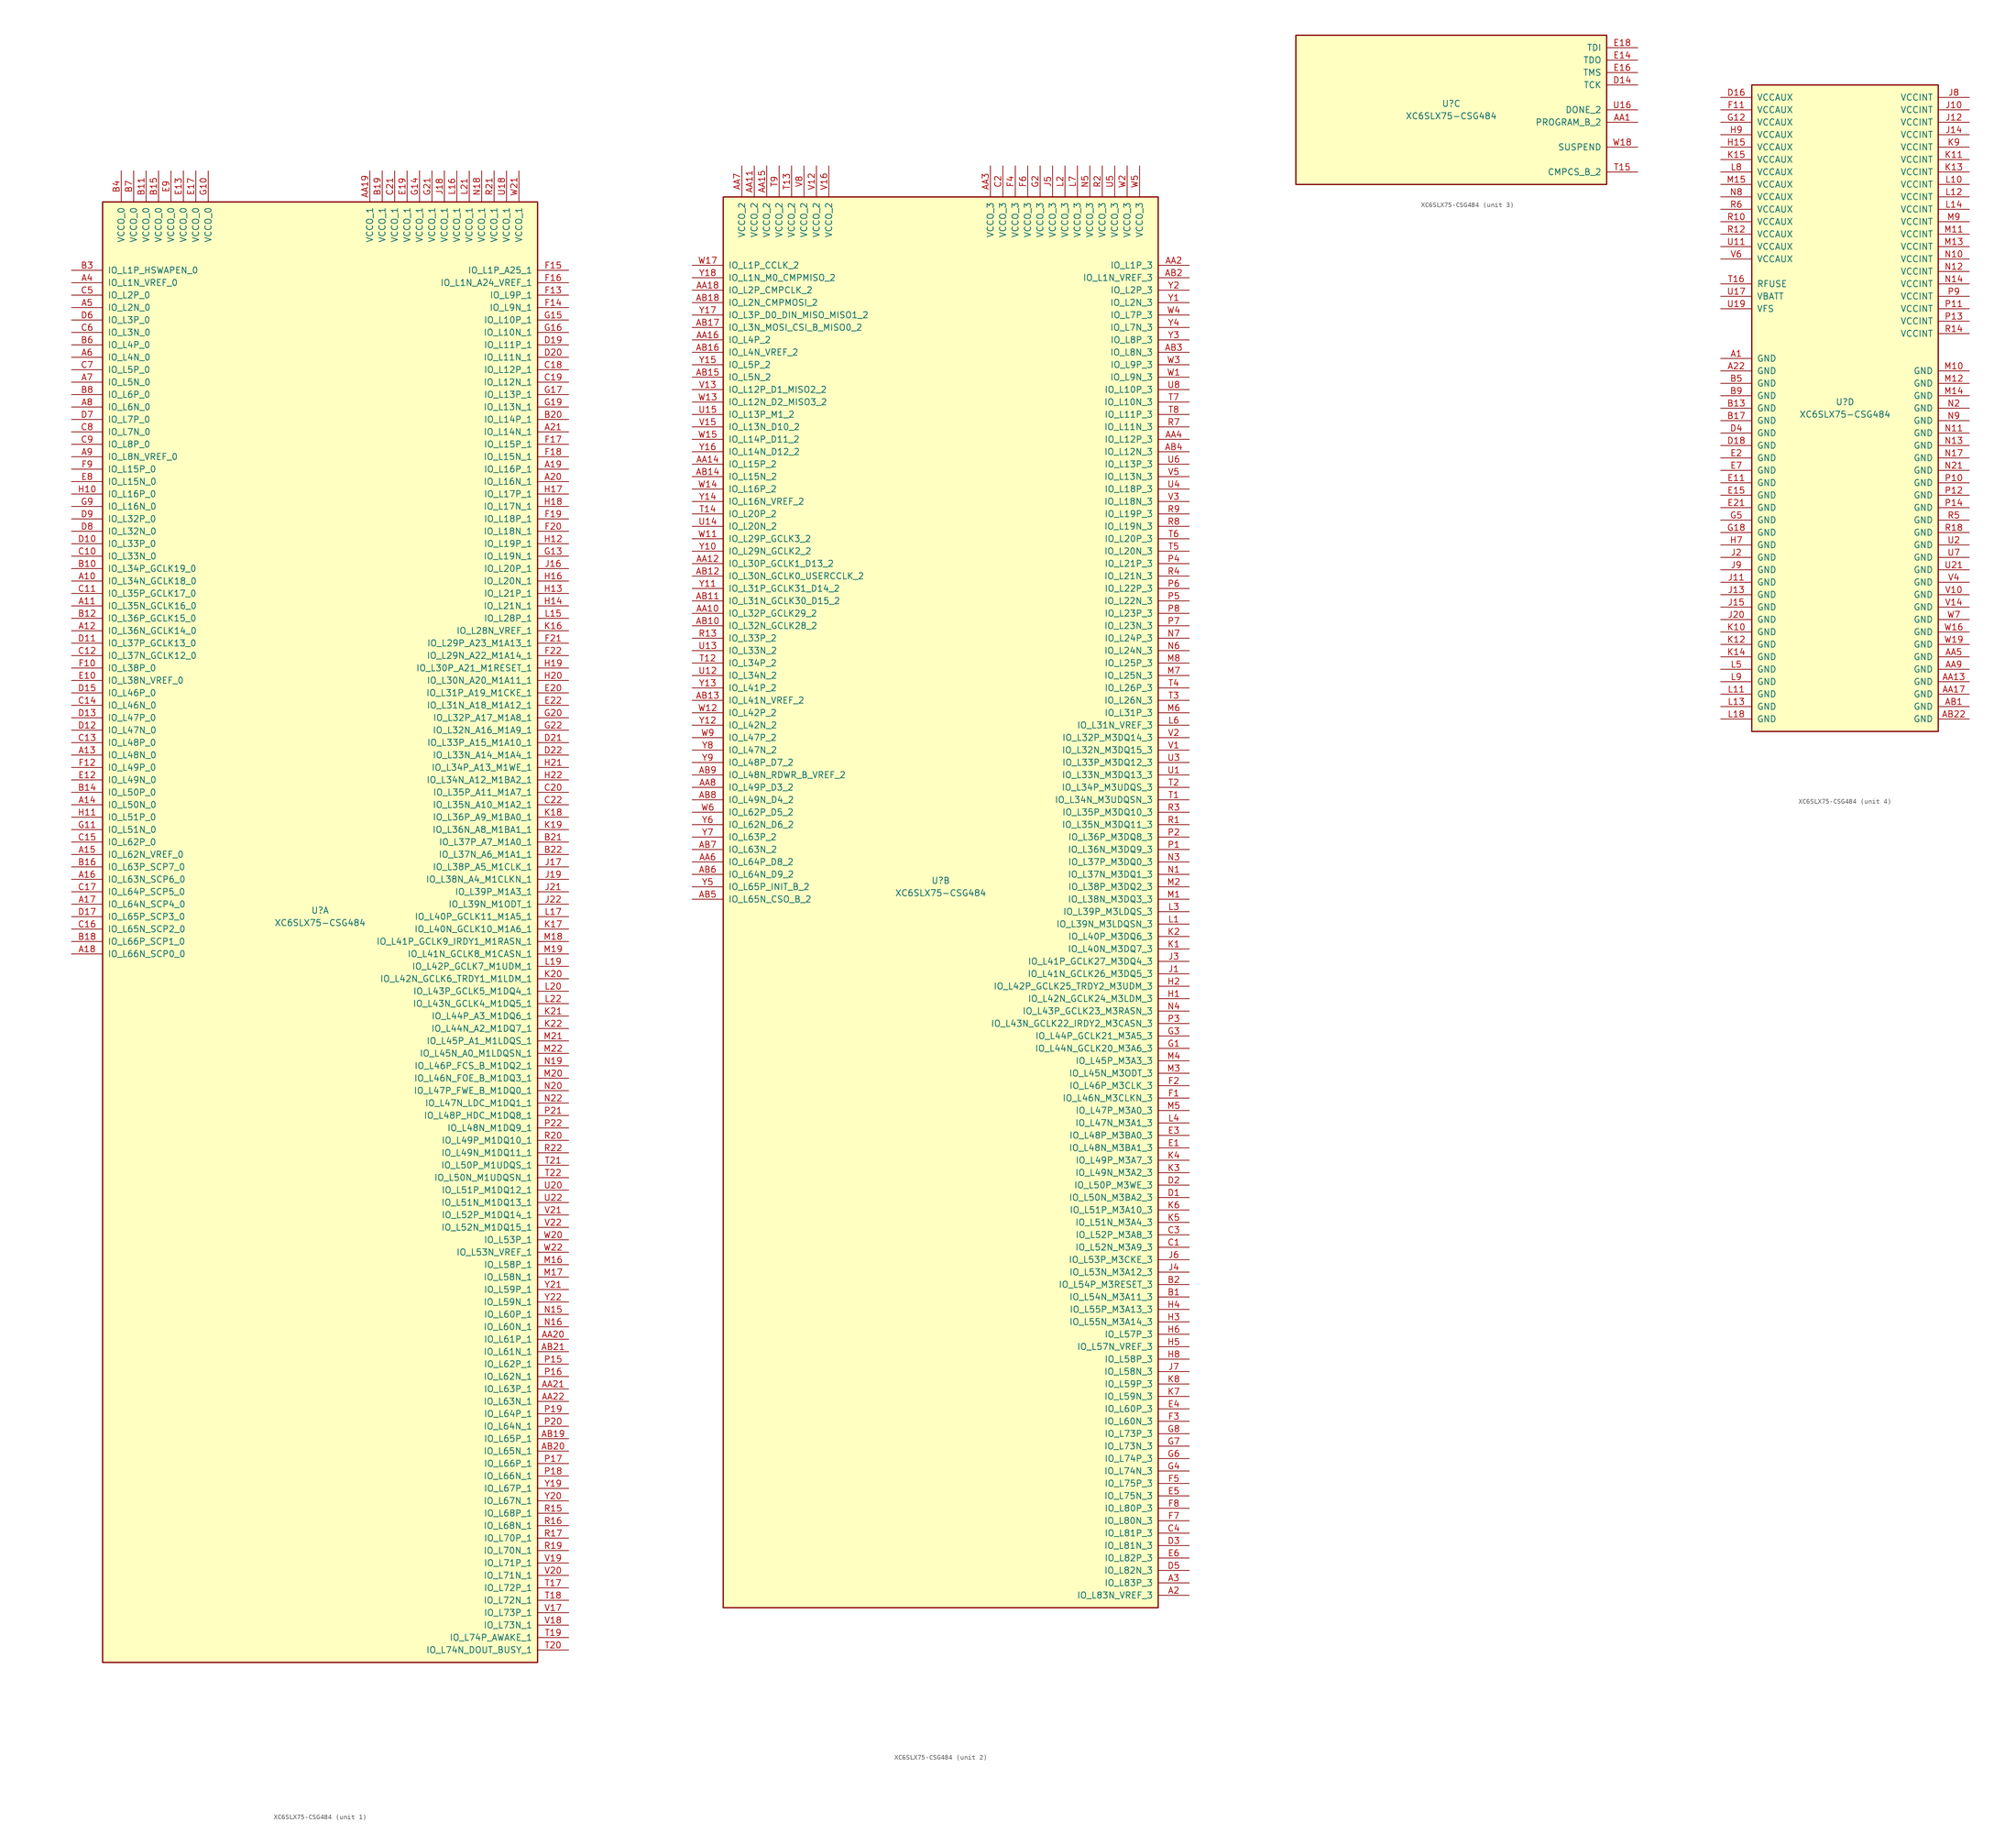
<source format=kicad_sym>
(kicad_symbol_lib
  (version 20201005)
  (generator kicad_symbol_editor)
  (symbol "XC6SLX75-CSG484"
    (pin_names
      (offset 1.016))
    (property "Reference" "U"
      (at 0 1.27 0)
      (effects (font (size 1.27 1.27))))
    (property "Value" "XC6SLX75-CSG484"
      (at 0 -1.27 0)
      (effects (font (size 1.27 1.27))))
    (property "Datasheet" ""
      (at 0 0 0)
      (effects (font (size 1.27 1.27))))
    (property "ki_locked" ""
      (at 0 0 0)
      (effects (font (size 1.27 1.27))))
    (symbol "XC6SLX75-CSG484_1_1"
      (rectangle (start -44.45 146.05) (end 44.45 -152.4) (stroke (width 0.254)) (fill (type background)))
      (pin power_in line (at -40.64 152.4 270) (length 6.35) (name "VCCO_0" (effects (font (size 1.27 1.27)))) (number "B4" (effects (font (size 1.27 1.27)))))
      (pin power_in line (at -38.1 152.4 270) (length 6.35) (name "VCCO_0" (effects (font (size 1.27 1.27)))) (number "B7" (effects (font (size 1.27 1.27)))))
      (pin power_in line (at -35.56 152.4 270) (length 6.35) (name "VCCO_0" (effects (font (size 1.27 1.27)))) (number "B11" (effects (font (size 1.27 1.27)))))
      (pin power_in line (at -33.02 152.4 270) (length 6.35) (name "VCCO_0" (effects (font (size 1.27 1.27)))) (number "B15" (effects (font (size 1.27 1.27)))))
      (pin power_in line (at -30.48 152.4 270) (length 6.35) (name "VCCO_0" (effects (font (size 1.27 1.27)))) (number "E9" (effects (font (size 1.27 1.27)))))
      (pin power_in line (at -27.94 152.4 270) (length 6.35) (name "VCCO_0" (effects (font (size 1.27 1.27)))) (number "E13" (effects (font (size 1.27 1.27)))))
      (pin power_in line (at -25.4 152.4 270) (length 6.35) (name "VCCO_0" (effects (font (size 1.27 1.27)))) (number "E17" (effects (font (size 1.27 1.27)))))
      (pin power_in line (at -22.86 152.4 270) (length 6.35) (name "VCCO_0" (effects (font (size 1.27 1.27)))) (number "G10" (effects (font (size 1.27 1.27)))))
      (pin bidirectional line (at -50.8 132.08 0) (length 6.35) (name "IO_L1P_HSWAPEN_0" (effects (font (size 1.27 1.27)))) (number "B3" (effects (font (size 1.27 1.27)))))
      (pin bidirectional line (at -50.8 129.54 0) (length 6.35) (name "IO_L1N_VREF_0" (effects (font (size 1.27 1.27)))) (number "A4" (effects (font (size 1.27 1.27)))))
      (pin bidirectional line (at -50.8 127 0) (length 6.35) (name "IO_L2P_0" (effects (font (size 1.27 1.27)))) (number "C5" (effects (font (size 1.27 1.27)))))
      (pin bidirectional line (at -50.8 124.46 0) (length 6.35) (name "IO_L2N_0" (effects (font (size 1.27 1.27)))) (number "A5" (effects (font (size 1.27 1.27)))))
      (pin bidirectional line (at -50.8 121.92 0) (length 6.35) (name "IO_L3P_0" (effects (font (size 1.27 1.27)))) (number "D6" (effects (font (size 1.27 1.27)))))
      (pin bidirectional line (at -50.8 119.38 0) (length 6.35) (name "IO_L3N_0" (effects (font (size 1.27 1.27)))) (number "C6" (effects (font (size 1.27 1.27)))))
      (pin bidirectional line (at -50.8 116.84 0) (length 6.35) (name "IO_L4P_0" (effects (font (size 1.27 1.27)))) (number "B6" (effects (font (size 1.27 1.27)))))
      (pin bidirectional line (at -50.8 114.3 0) (length 6.35) (name "IO_L4N_0" (effects (font (size 1.27 1.27)))) (number "A6" (effects (font (size 1.27 1.27)))))
      (pin bidirectional line (at -50.8 111.76 0) (length 6.35) (name "IO_L5P_0" (effects (font (size 1.27 1.27)))) (number "C7" (effects (font (size 1.27 1.27)))))
      (pin bidirectional line (at -50.8 109.22 0) (length 6.35) (name "IO_L5N_0" (effects (font (size 1.27 1.27)))) (number "A7" (effects (font (size 1.27 1.27)))))
      (pin bidirectional line (at -50.8 106.68 0) (length 6.35) (name "IO_L6P_0" (effects (font (size 1.27 1.27)))) (number "B8" (effects (font (size 1.27 1.27)))))
      (pin bidirectional line (at -50.8 104.14 0) (length 6.35) (name "IO_L6N_0" (effects (font (size 1.27 1.27)))) (number "A8" (effects (font (size 1.27 1.27)))))
      (pin bidirectional line (at -50.8 101.6 0) (length 6.35) (name "IO_L7P_0" (effects (font (size 1.27 1.27)))) (number "D7" (effects (font (size 1.27 1.27)))))
      (pin bidirectional line (at -50.8 99.06 0) (length 6.35) (name "IO_L7N_0" (effects (font (size 1.27 1.27)))) (number "C8" (effects (font (size 1.27 1.27)))))
      (pin bidirectional line (at -50.8 96.52 0) (length 6.35) (name "IO_L8P_0" (effects (font (size 1.27 1.27)))) (number "C9" (effects (font (size 1.27 1.27)))))
      (pin bidirectional line (at -50.8 93.98 0) (length 6.35) (name "IO_L8N_VREF_0" (effects (font (size 1.27 1.27)))) (number "A9" (effects (font (size 1.27 1.27)))))
      (pin bidirectional line (at -50.8 91.44 0) (length 6.35) (name "IO_L15P_0" (effects (font (size 1.27 1.27)))) (number "F9" (effects (font (size 1.27 1.27)))))
      (pin bidirectional line (at -50.8 88.9 0) (length 6.35) (name "IO_L15N_0" (effects (font (size 1.27 1.27)))) (number "E8" (effects (font (size 1.27 1.27)))))
      (pin bidirectional line (at -50.8 86.36 0) (length 6.35) (name "IO_L16P_0" (effects (font (size 1.27 1.27)))) (number "H10" (effects (font (size 1.27 1.27)))))
      (pin bidirectional line (at -50.8 83.82 0) (length 6.35) (name "IO_L16N_0" (effects (font (size 1.27 1.27)))) (number "G9" (effects (font (size 1.27 1.27)))))
      (pin bidirectional line (at -50.8 81.28 0) (length 6.35) (name "IO_L32P_0" (effects (font (size 1.27 1.27)))) (number "D9" (effects (font (size 1.27 1.27)))))
      (pin bidirectional line (at -50.8 78.74 0) (length 6.35) (name "IO_L32N_0" (effects (font (size 1.27 1.27)))) (number "D8" (effects (font (size 1.27 1.27)))))
      (pin bidirectional line (at -50.8 76.2 0) (length 6.35) (name "IO_L33P_0" (effects (font (size 1.27 1.27)))) (number "D10" (effects (font (size 1.27 1.27)))))
      (pin bidirectional line (at -50.8 73.66 0) (length 6.35) (name "IO_L33N_0" (effects (font (size 1.27 1.27)))) (number "C10" (effects (font (size 1.27 1.27)))))
      (pin bidirectional line (at -50.8 71.12 0) (length 6.35) (name "IO_L34P_GCLK19_0" (effects (font (size 1.27 1.27)))) (number "B10" (effects (font (size 1.27 1.27)))))
      (pin bidirectional line (at -50.8 68.58 0) (length 6.35) (name "IO_L34N_GCLK18_0" (effects (font (size 1.27 1.27)))) (number "A10" (effects (font (size 1.27 1.27)))))
      (pin bidirectional line (at -50.8 66.04 0) (length 6.35) (name "IO_L35P_GCLK17_0" (effects (font (size 1.27 1.27)))) (number "C11" (effects (font (size 1.27 1.27)))))
      (pin bidirectional line (at -50.8 63.5 0) (length 6.35) (name "IO_L35N_GCLK16_0" (effects (font (size 1.27 1.27)))) (number "A11" (effects (font (size 1.27 1.27)))))
      (pin bidirectional line (at -50.8 60.96 0) (length 6.35) (name "IO_L36P_GCLK15_0" (effects (font (size 1.27 1.27)))) (number "B12" (effects (font (size 1.27 1.27)))))
      (pin bidirectional line (at -50.8 58.42 0) (length 6.35) (name "IO_L36N_GCLK14_0" (effects (font (size 1.27 1.27)))) (number "A12" (effects (font (size 1.27 1.27)))))
      (pin bidirectional line (at -50.8 55.88 0) (length 6.35) (name "IO_L37P_GCLK13_0" (effects (font (size 1.27 1.27)))) (number "D11" (effects (font (size 1.27 1.27)))))
      (pin bidirectional line (at -50.8 53.34 0) (length 6.35) (name "IO_L37N_GCLK12_0" (effects (font (size 1.27 1.27)))) (number "C12" (effects (font (size 1.27 1.27)))))
      (pin bidirectional line (at -50.8 50.8 0) (length 6.35) (name "IO_L38P_0" (effects (font (size 1.27 1.27)))) (number "F10" (effects (font (size 1.27 1.27)))))
      (pin bidirectional line (at -50.8 48.26 0) (length 6.35) (name "IO_L38N_VREF_0" (effects (font (size 1.27 1.27)))) (number "E10" (effects (font (size 1.27 1.27)))))
      (pin bidirectional line (at -50.8 45.72 0) (length 6.35) (name "IO_L46P_0" (effects (font (size 1.27 1.27)))) (number "D15" (effects (font (size 1.27 1.27)))))
      (pin bidirectional line (at -50.8 43.18 0) (length 6.35) (name "IO_L46N_0" (effects (font (size 1.27 1.27)))) (number "C14" (effects (font (size 1.27 1.27)))))
      (pin bidirectional line (at -50.8 40.64 0) (length 6.35) (name "IO_L47P_0" (effects (font (size 1.27 1.27)))) (number "D13" (effects (font (size 1.27 1.27)))))
      (pin bidirectional line (at -50.8 38.1 0) (length 6.35) (name "IO_L47N_0" (effects (font (size 1.27 1.27)))) (number "D12" (effects (font (size 1.27 1.27)))))
      (pin bidirectional line (at -50.8 35.56 0) (length 6.35) (name "IO_L48P_0" (effects (font (size 1.27 1.27)))) (number "C13" (effects (font (size 1.27 1.27)))))
      (pin bidirectional line (at -50.8 33.02 0) (length 6.35) (name "IO_L48N_0" (effects (font (size 1.27 1.27)))) (number "A13" (effects (font (size 1.27 1.27)))))
      (pin bidirectional line (at -50.8 30.48 0) (length 6.35) (name "IO_L49P_0" (effects (font (size 1.27 1.27)))) (number "F12" (effects (font (size 1.27 1.27)))))
      (pin bidirectional line (at -50.8 27.94 0) (length 6.35) (name "IO_L49N_0" (effects (font (size 1.27 1.27)))) (number "E12" (effects (font (size 1.27 1.27)))))
      (pin bidirectional line (at -50.8 25.4 0) (length 6.35) (name "IO_L50P_0" (effects (font (size 1.27 1.27)))) (number "B14" (effects (font (size 1.27 1.27)))))
      (pin bidirectional line (at -50.8 22.86 0) (length 6.35) (name "IO_L50N_0" (effects (font (size 1.27 1.27)))) (number "A14" (effects (font (size 1.27 1.27)))))
      (pin bidirectional line (at -50.8 20.32 0) (length 6.35) (name "IO_L51P_0" (effects (font (size 1.27 1.27)))) (number "H11" (effects (font (size 1.27 1.27)))))
      (pin bidirectional line (at -50.8 17.78 0) (length 6.35) (name "IO_L51N_0" (effects (font (size 1.27 1.27)))) (number "G11" (effects (font (size 1.27 1.27)))))
      (pin bidirectional line (at -50.8 15.24 0) (length 6.35) (name "IO_L62P_0" (effects (font (size 1.27 1.27)))) (number "C15" (effects (font (size 1.27 1.27)))))
      (pin bidirectional line (at -50.8 12.7 0) (length 6.35) (name "IO_L62N_VREF_0" (effects (font (size 1.27 1.27)))) (number "A15" (effects (font (size 1.27 1.27)))))
      (pin bidirectional line (at -50.8 10.16 0) (length 6.35) (name "IO_L63P_SCP7_0" (effects (font (size 1.27 1.27)))) (number "B16" (effects (font (size 1.27 1.27)))))
      (pin bidirectional line (at -50.8 7.62 0) (length 6.35) (name "IO_L63N_SCP6_0" (effects (font (size 1.27 1.27)))) (number "A16" (effects (font (size 1.27 1.27)))))
      (pin bidirectional line (at -50.8 5.08 0) (length 6.35) (name "IO_L64P_SCP5_0" (effects (font (size 1.27 1.27)))) (number "C17" (effects (font (size 1.27 1.27)))))
      (pin bidirectional line (at -50.8 2.54 0) (length 6.35) (name "IO_L64N_SCP4_0" (effects (font (size 1.27 1.27)))) (number "A17" (effects (font (size 1.27 1.27)))))
      (pin bidirectional line (at -50.8 0 0) (length 6.35) (name "IO_L65P_SCP3_0" (effects (font (size 1.27 1.27)))) (number "D17" (effects (font (size 1.27 1.27)))))
      (pin bidirectional line (at -50.8 -2.54 0) (length 6.35) (name "IO_L65N_SCP2_0" (effects (font (size 1.27 1.27)))) (number "C16" (effects (font (size 1.27 1.27)))))
      (pin bidirectional line (at -50.8 -5.08 0) (length 6.35) (name "IO_L66P_SCP1_0" (effects (font (size 1.27 1.27)))) (number "B18" (effects (font (size 1.27 1.27)))))
      (pin bidirectional line (at -50.8 -7.62 0) (length 6.35) (name "IO_L66N_SCP0_0" (effects (font (size 1.27 1.27)))) (number "A18" (effects (font (size 1.27 1.27)))))
      (pin power_in line (at 10.16 152.4 270) (length 6.35) (name "VCCO_1" (effects (font (size 1.27 1.27)))) (number "AA19" (effects (font (size 1.27 1.27)))))
      (pin power_in line (at 12.7 152.4 270) (length 6.35) (name "VCCO_1" (effects (font (size 1.27 1.27)))) (number "B19" (effects (font (size 1.27 1.27)))))
      (pin power_in line (at 15.24 152.4 270) (length 6.35) (name "VCCO_1" (effects (font (size 1.27 1.27)))) (number "C21" (effects (font (size 1.27 1.27)))))
      (pin power_in line (at 17.78 152.4 270) (length 6.35) (name "VCCO_1" (effects (font (size 1.27 1.27)))) (number "E19" (effects (font (size 1.27 1.27)))))
      (pin power_in line (at 20.32 152.4 270) (length 6.35) (name "VCCO_1" (effects (font (size 1.27 1.27)))) (number "G14" (effects (font (size 1.27 1.27)))))
      (pin power_in line (at 22.86 152.4 270) (length 6.35) (name "VCCO_1" (effects (font (size 1.27 1.27)))) (number "G21" (effects (font (size 1.27 1.27)))))
      (pin power_in line (at 25.4 152.4 270) (length 6.35) (name "VCCO_1" (effects (font (size 1.27 1.27)))) (number "J18" (effects (font (size 1.27 1.27)))))
      (pin power_in line (at 27.94 152.4 270) (length 6.35) (name "VCCO_1" (effects (font (size 1.27 1.27)))) (number "L16" (effects (font (size 1.27 1.27)))))
      (pin power_in line (at 30.48 152.4 270) (length 6.35) (name "VCCO_1" (effects (font (size 1.27 1.27)))) (number "L21" (effects (font (size 1.27 1.27)))))
      (pin power_in line (at 33.02 152.4 270) (length 6.35) (name "VCCO_1" (effects (font (size 1.27 1.27)))) (number "N18" (effects (font (size 1.27 1.27)))))
      (pin power_in line (at 35.56 152.4 270) (length 6.35) (name "VCCO_1" (effects (font (size 1.27 1.27)))) (number "R21" (effects (font (size 1.27 1.27)))))
      (pin power_in line (at 38.1 152.4 270) (length 6.35) (name "VCCO_1" (effects (font (size 1.27 1.27)))) (number "U18" (effects (font (size 1.27 1.27)))))
      (pin power_in line (at 40.64 152.4 270) (length 6.35) (name "VCCO_1" (effects (font (size 1.27 1.27)))) (number "W21" (effects (font (size 1.27 1.27)))))
      (pin bidirectional line (at 50.8 132.08 180) (length 6.35) (name "IO_L1P_A25_1" (effects (font (size 1.27 1.27)))) (number "F15" (effects (font (size 1.27 1.27)))))
      (pin bidirectional line (at 50.8 129.54 180) (length 6.35) (name "IO_L1N_A24_VREF_1" (effects (font (size 1.27 1.27)))) (number "F16" (effects (font (size 1.27 1.27)))))
      (pin bidirectional line (at 50.8 127 180) (length 6.35) (name "IO_L9P_1" (effects (font (size 1.27 1.27)))) (number "F13" (effects (font (size 1.27 1.27)))))
      (pin bidirectional line (at 50.8 124.46 180) (length 6.35) (name "IO_L9N_1" (effects (font (size 1.27 1.27)))) (number "F14" (effects (font (size 1.27 1.27)))))
      (pin bidirectional line (at 50.8 121.92 180) (length 6.35) (name "IO_L10P_1" (effects (font (size 1.27 1.27)))) (number "G15" (effects (font (size 1.27 1.27)))))
      (pin bidirectional line (at 50.8 119.38 180) (length 6.35) (name "IO_L10N_1" (effects (font (size 1.27 1.27)))) (number "G16" (effects (font (size 1.27 1.27)))))
      (pin bidirectional line (at 50.8 116.84 180) (length 6.35) (name "IO_L11P_1" (effects (font (size 1.27 1.27)))) (number "D19" (effects (font (size 1.27 1.27)))))
      (pin bidirectional line (at 50.8 114.3 180) (length 6.35) (name "IO_L11N_1" (effects (font (size 1.27 1.27)))) (number "D20" (effects (font (size 1.27 1.27)))))
      (pin bidirectional line (at 50.8 111.76 180) (length 6.35) (name "IO_L12P_1" (effects (font (size 1.27 1.27)))) (number "C18" (effects (font (size 1.27 1.27)))))
      (pin bidirectional line (at 50.8 109.22 180) (length 6.35) (name "IO_L12N_1" (effects (font (size 1.27 1.27)))) (number "C19" (effects (font (size 1.27 1.27)))))
      (pin bidirectional line (at 50.8 106.68 180) (length 6.35) (name "IO_L13P_1" (effects (font (size 1.27 1.27)))) (number "G17" (effects (font (size 1.27 1.27)))))
      (pin bidirectional line (at 50.8 104.14 180) (length 6.35) (name "IO_L13N_1" (effects (font (size 1.27 1.27)))) (number "G19" (effects (font (size 1.27 1.27)))))
      (pin bidirectional line (at 50.8 101.6 180) (length 6.35) (name "IO_L14P_1" (effects (font (size 1.27 1.27)))) (number "B20" (effects (font (size 1.27 1.27)))))
      (pin bidirectional line (at 50.8 99.06 180) (length 6.35) (name "IO_L14N_1" (effects (font (size 1.27 1.27)))) (number "A21" (effects (font (size 1.27 1.27)))))
      (pin bidirectional line (at 50.8 96.52 180) (length 6.35) (name "IO_L15P_1" (effects (font (size 1.27 1.27)))) (number "F17" (effects (font (size 1.27 1.27)))))
      (pin bidirectional line (at 50.8 93.98 180) (length 6.35) (name "IO_L15N_1" (effects (font (size 1.27 1.27)))) (number "F18" (effects (font (size 1.27 1.27)))))
      (pin bidirectional line (at 50.8 91.44 180) (length 6.35) (name "IO_L16P_1" (effects (font (size 1.27 1.27)))) (number "A19" (effects (font (size 1.27 1.27)))))
      (pin bidirectional line (at 50.8 88.9 180) (length 6.35) (name "IO_L16N_1" (effects (font (size 1.27 1.27)))) (number "A20" (effects (font (size 1.27 1.27)))))
      (pin bidirectional line (at 50.8 86.36 180) (length 6.35) (name "IO_L17P_1" (effects (font (size 1.27 1.27)))) (number "H17" (effects (font (size 1.27 1.27)))))
      (pin bidirectional line (at 50.8 83.82 180) (length 6.35) (name "IO_L17N_1" (effects (font (size 1.27 1.27)))) (number "H18" (effects (font (size 1.27 1.27)))))
      (pin bidirectional line (at 50.8 81.28 180) (length 6.35) (name "IO_L18P_1" (effects (font (size 1.27 1.27)))) (number "F19" (effects (font (size 1.27 1.27)))))
      (pin bidirectional line (at 50.8 78.74 180) (length 6.35) (name "IO_L18N_1" (effects (font (size 1.27 1.27)))) (number "F20" (effects (font (size 1.27 1.27)))))
      (pin bidirectional line (at 50.8 76.2 180) (length 6.35) (name "IO_L19P_1" (effects (font (size 1.27 1.27)))) (number "H12" (effects (font (size 1.27 1.27)))))
      (pin bidirectional line (at 50.8 73.66 180) (length 6.35) (name "IO_L19N_1" (effects (font (size 1.27 1.27)))) (number "G13" (effects (font (size 1.27 1.27)))))
      (pin bidirectional line (at 50.8 71.12 180) (length 6.35) (name "IO_L20P_1" (effects (font (size 1.27 1.27)))) (number "J16" (effects (font (size 1.27 1.27)))))
      (pin bidirectional line (at 50.8 68.58 180) (length 6.35) (name "IO_L20N_1" (effects (font (size 1.27 1.27)))) (number "H16" (effects (font (size 1.27 1.27)))))
      (pin bidirectional line (at 50.8 66.04 180) (length 6.35) (name "IO_L21P_1" (effects (font (size 1.27 1.27)))) (number "H13" (effects (font (size 1.27 1.27)))))
      (pin bidirectional line (at 50.8 63.5 180) (length 6.35) (name "IO_L21N_1" (effects (font (size 1.27 1.27)))) (number "H14" (effects (font (size 1.27 1.27)))))
      (pin bidirectional line (at 50.8 60.96 180) (length 6.35) (name "IO_L28P_1" (effects (font (size 1.27 1.27)))) (number "L15" (effects (font (size 1.27 1.27)))))
      (pin bidirectional line (at 50.8 58.42 180) (length 6.35) (name "IO_L28N_VREF_1" (effects (font (size 1.27 1.27)))) (number "K16" (effects (font (size 1.27 1.27)))))
      (pin bidirectional line (at 50.8 55.88 180) (length 6.35) (name "IO_L29P_A23_M1A13_1" (effects (font (size 1.27 1.27)))) (number "F21" (effects (font (size 1.27 1.27)))))
      (pin bidirectional line (at 50.8 53.34 180) (length 6.35) (name "IO_L29N_A22_M1A14_1" (effects (font (size 1.27 1.27)))) (number "F22" (effects (font (size 1.27 1.27)))))
      (pin bidirectional line (at 50.8 50.8 180) (length 6.35) (name "IO_L30P_A21_M1RESET_1" (effects (font (size 1.27 1.27)))) (number "H19" (effects (font (size 1.27 1.27)))))
      (pin bidirectional line (at 50.8 48.26 180) (length 6.35) (name "IO_L30N_A20_M1A11_1" (effects (font (size 1.27 1.27)))) (number "H20" (effects (font (size 1.27 1.27)))))
      (pin bidirectional line (at 50.8 45.72 180) (length 6.35) (name "IO_L31P_A19_M1CKE_1" (effects (font (size 1.27 1.27)))) (number "E20" (effects (font (size 1.27 1.27)))))
      (pin bidirectional line (at 50.8 43.18 180) (length 6.35) (name "IO_L31N_A18_M1A12_1" (effects (font (size 1.27 1.27)))) (number "E22" (effects (font (size 1.27 1.27)))))
      (pin bidirectional line (at 50.8 40.64 180) (length 6.35) (name "IO_L32P_A17_M1A8_1" (effects (font (size 1.27 1.27)))) (number "G20" (effects (font (size 1.27 1.27)))))
      (pin bidirectional line (at 50.8 38.1 180) (length 6.35) (name "IO_L32N_A16_M1A9_1" (effects (font (size 1.27 1.27)))) (number "G22" (effects (font (size 1.27 1.27)))))
      (pin bidirectional line (at 50.8 35.56 180) (length 6.35) (name "IO_L33P_A15_M1A10_1" (effects (font (size 1.27 1.27)))) (number "D21" (effects (font (size 1.27 1.27)))))
      (pin bidirectional line (at 50.8 33.02 180) (length 6.35) (name "IO_L33N_A14_M1A4_1" (effects (font (size 1.27 1.27)))) (number "D22" (effects (font (size 1.27 1.27)))))
      (pin bidirectional line (at 50.8 30.48 180) (length 6.35) (name "IO_L34P_A13_M1WE_1" (effects (font (size 1.27 1.27)))) (number "H21" (effects (font (size 1.27 1.27)))))
      (pin bidirectional line (at 50.8 27.94 180) (length 6.35) (name "IO_L34N_A12_M1BA2_1" (effects (font (size 1.27 1.27)))) (number "H22" (effects (font (size 1.27 1.27)))))
      (pin bidirectional line (at 50.8 25.4 180) (length 6.35) (name "IO_L35P_A11_M1A7_1" (effects (font (size 1.27 1.27)))) (number "C20" (effects (font (size 1.27 1.27)))))
      (pin bidirectional line (at 50.8 22.86 180) (length 6.35) (name "IO_L35N_A10_M1A2_1" (effects (font (size 1.27 1.27)))) (number "C22" (effects (font (size 1.27 1.27)))))
      (pin bidirectional line (at 50.8 20.32 180) (length 6.35) (name "IO_L36P_A9_M1BA0_1" (effects (font (size 1.27 1.27)))) (number "K18" (effects (font (size 1.27 1.27)))))
      (pin bidirectional line (at 50.8 17.78 180) (length 6.35) (name "IO_L36N_A8_M1BA1_1" (effects (font (size 1.27 1.27)))) (number "K19" (effects (font (size 1.27 1.27)))))
      (pin bidirectional line (at 50.8 15.24 180) (length 6.35) (name "IO_L37P_A7_M1A0_1" (effects (font (size 1.27 1.27)))) (number "B21" (effects (font (size 1.27 1.27)))))
      (pin bidirectional line (at 50.8 12.7 180) (length 6.35) (name "IO_L37N_A6_M1A1_1" (effects (font (size 1.27 1.27)))) (number "B22" (effects (font (size 1.27 1.27)))))
      (pin bidirectional line (at 50.8 10.16 180) (length 6.35) (name "IO_L38P_A5_M1CLK_1" (effects (font (size 1.27 1.27)))) (number "J17" (effects (font (size 1.27 1.27)))))
      (pin bidirectional line (at 50.8 7.62 180) (length 6.35) (name "IO_L38N_A4_M1CLKN_1" (effects (font (size 1.27 1.27)))) (number "J19" (effects (font (size 1.27 1.27)))))
      (pin bidirectional line (at 50.8 5.08 180) (length 6.35) (name "IO_L39P_M1A3_1" (effects (font (size 1.27 1.27)))) (number "J21" (effects (font (size 1.27 1.27)))))
      (pin bidirectional line (at 50.8 2.54 180) (length 6.35) (name "IO_L39N_M1ODT_1" (effects (font (size 1.27 1.27)))) (number "J22" (effects (font (size 1.27 1.27)))))
      (pin bidirectional line (at 50.8 0 180) (length 6.35) (name "IO_L40P_GCLK11_M1A5_1" (effects (font (size 1.27 1.27)))) (number "L17" (effects (font (size 1.27 1.27)))))
      (pin bidirectional line (at 50.8 -2.54 180) (length 6.35) (name "IO_L40N_GCLK10_M1A6_1" (effects (font (size 1.27 1.27)))) (number "K17" (effects (font (size 1.27 1.27)))))
      (pin bidirectional line (at 50.8 -5.08 180) (length 6.35) (name "IO_L41P_GCLK9_IRDY1_M1RASN_1" (effects (font (size 1.27 1.27)))) (number "M18" (effects (font (size 1.27 1.27)))))
      (pin bidirectional line (at 50.8 -7.62 180) (length 6.35) (name "IO_L41N_GCLK8_M1CASN_1" (effects (font (size 1.27 1.27)))) (number "M19" (effects (font (size 1.27 1.27)))))
      (pin bidirectional line (at 50.8 -10.16 180) (length 6.35) (name "IO_L42P_GCLK7_M1UDM_1" (effects (font (size 1.27 1.27)))) (number "L19" (effects (font (size 1.27 1.27)))))
      (pin bidirectional line (at 50.8 -12.7 180) (length 6.35) (name "IO_L42N_GCLK6_TRDY1_M1LDM_1" (effects (font (size 1.27 1.27)))) (number "K20" (effects (font (size 1.27 1.27)))))
      (pin bidirectional line (at 50.8 -15.24 180) (length 6.35) (name "IO_L43P_GCLK5_M1DQ4_1" (effects (font (size 1.27 1.27)))) (number "L20" (effects (font (size 1.27 1.27)))))
      (pin bidirectional line (at 50.8 -17.78 180) (length 6.35) (name "IO_L43N_GCLK4_M1DQ5_1" (effects (font (size 1.27 1.27)))) (number "L22" (effects (font (size 1.27 1.27)))))
      (pin bidirectional line (at 50.8 -20.32 180) (length 6.35) (name "IO_L44P_A3_M1DQ6_1" (effects (font (size 1.27 1.27)))) (number "K21" (effects (font (size 1.27 1.27)))))
      (pin bidirectional line (at 50.8 -22.86 180) (length 6.35) (name "IO_L44N_A2_M1DQ7_1" (effects (font (size 1.27 1.27)))) (number "K22" (effects (font (size 1.27 1.27)))))
      (pin bidirectional line (at 50.8 -25.4 180) (length 6.35) (name "IO_L45P_A1_M1LDQS_1" (effects (font (size 1.27 1.27)))) (number "M21" (effects (font (size 1.27 1.27)))))
      (pin bidirectional line (at 50.8 -27.94 180) (length 6.35) (name "IO_L45N_A0_M1LDQSN_1" (effects (font (size 1.27 1.27)))) (number "M22" (effects (font (size 1.27 1.27)))))
      (pin bidirectional line (at 50.8 -30.48 180) (length 6.35) (name "IO_L46P_FCS_B_M1DQ2_1" (effects (font (size 1.27 1.27)))) (number "N19" (effects (font (size 1.27 1.27)))))
      (pin bidirectional line (at 50.8 -33.02 180) (length 6.35) (name "IO_L46N_FOE_B_M1DQ3_1" (effects (font (size 1.27 1.27)))) (number "M20" (effects (font (size 1.27 1.27)))))
      (pin bidirectional line (at 50.8 -35.56 180) (length 6.35) (name "IO_L47P_FWE_B_M1DQ0_1" (effects (font (size 1.27 1.27)))) (number "N20" (effects (font (size 1.27 1.27)))))
      (pin bidirectional line (at 50.8 -38.1 180) (length 6.35) (name "IO_L47N_LDC_M1DQ1_1" (effects (font (size 1.27 1.27)))) (number "N22" (effects (font (size 1.27 1.27)))))
      (pin bidirectional line (at 50.8 -40.64 180) (length 6.35) (name "IO_L48P_HDC_M1DQ8_1" (effects (font (size 1.27 1.27)))) (number "P21" (effects (font (size 1.27 1.27)))))
      (pin bidirectional line (at 50.8 -43.18 180) (length 6.35) (name "IO_L48N_M1DQ9_1" (effects (font (size 1.27 1.27)))) (number "P22" (effects (font (size 1.27 1.27)))))
      (pin bidirectional line (at 50.8 -45.72 180) (length 6.35) (name "IO_L49P_M1DQ10_1" (effects (font (size 1.27 1.27)))) (number "R20" (effects (font (size 1.27 1.27)))))
      (pin bidirectional line (at 50.8 -48.26 180) (length 6.35) (name "IO_L49N_M1DQ11_1" (effects (font (size 1.27 1.27)))) (number "R22" (effects (font (size 1.27 1.27)))))
      (pin bidirectional line (at 50.8 -50.8 180) (length 6.35) (name "IO_L50P_M1UDQS_1" (effects (font (size 1.27 1.27)))) (number "T21" (effects (font (size 1.27 1.27)))))
      (pin bidirectional line (at 50.8 -53.34 180) (length 6.35) (name "IO_L50N_M1UDQSN_1" (effects (font (size 1.27 1.27)))) (number "T22" (effects (font (size 1.27 1.27)))))
      (pin bidirectional line (at 50.8 -55.88 180) (length 6.35) (name "IO_L51P_M1DQ12_1" (effects (font (size 1.27 1.27)))) (number "U20" (effects (font (size 1.27 1.27)))))
      (pin bidirectional line (at 50.8 -58.42 180) (length 6.35) (name "IO_L51N_M1DQ13_1" (effects (font (size 1.27 1.27)))) (number "U22" (effects (font (size 1.27 1.27)))))
      (pin bidirectional line (at 50.8 -60.96 180) (length 6.35) (name "IO_L52P_M1DQ14_1" (effects (font (size 1.27 1.27)))) (number "V21" (effects (font (size 1.27 1.27)))))
      (pin bidirectional line (at 50.8 -63.5 180) (length 6.35) (name "IO_L52N_M1DQ15_1" (effects (font (size 1.27 1.27)))) (number "V22" (effects (font (size 1.27 1.27)))))
      (pin bidirectional line (at 50.8 -66.04 180) (length 6.35) (name "IO_L53P_1" (effects (font (size 1.27 1.27)))) (number "W20" (effects (font (size 1.27 1.27)))))
      (pin bidirectional line (at 50.8 -68.58 180) (length 6.35) (name "IO_L53N_VREF_1" (effects (font (size 1.27 1.27)))) (number "W22" (effects (font (size 1.27 1.27)))))
      (pin bidirectional line (at 50.8 -71.12 180) (length 6.35) (name "IO_L58P_1" (effects (font (size 1.27 1.27)))) (number "M16" (effects (font (size 1.27 1.27)))))
      (pin bidirectional line (at 50.8 -73.66 180) (length 6.35) (name "IO_L58N_1" (effects (font (size 1.27 1.27)))) (number "M17" (effects (font (size 1.27 1.27)))))
      (pin bidirectional line (at 50.8 -76.2 180) (length 6.35) (name "IO_L59P_1" (effects (font (size 1.27 1.27)))) (number "Y21" (effects (font (size 1.27 1.27)))))
      (pin bidirectional line (at 50.8 -78.74 180) (length 6.35) (name "IO_L59N_1" (effects (font (size 1.27 1.27)))) (number "Y22" (effects (font (size 1.27 1.27)))))
      (pin bidirectional line (at 50.8 -81.28 180) (length 6.35) (name "IO_L60P_1" (effects (font (size 1.27 1.27)))) (number "N15" (effects (font (size 1.27 1.27)))))
      (pin bidirectional line (at 50.8 -83.82 180) (length 6.35) (name "IO_L60N_1" (effects (font (size 1.27 1.27)))) (number "N16" (effects (font (size 1.27 1.27)))))
      (pin bidirectional line (at 50.8 -86.36 180) (length 6.35) (name "IO_L61P_1" (effects (font (size 1.27 1.27)))) (number "AA20" (effects (font (size 1.27 1.27)))))
      (pin bidirectional line (at 50.8 -88.9 180) (length 6.35) (name "IO_L61N_1" (effects (font (size 1.27 1.27)))) (number "AB21" (effects (font (size 1.27 1.27)))))
      (pin bidirectional line (at 50.8 -91.44 180) (length 6.35) (name "IO_L62P_1" (effects (font (size 1.27 1.27)))) (number "P15" (effects (font (size 1.27 1.27)))))
      (pin bidirectional line (at 50.8 -93.98 180) (length 6.35) (name "IO_L62N_1" (effects (font (size 1.27 1.27)))) (number "P16" (effects (font (size 1.27 1.27)))))
      (pin bidirectional line (at 50.8 -96.52 180) (length 6.35) (name "IO_L63P_1" (effects (font (size 1.27 1.27)))) (number "AA21" (effects (font (size 1.27 1.27)))))
      (pin bidirectional line (at 50.8 -99.06 180) (length 6.35) (name "IO_L63N_1" (effects (font (size 1.27 1.27)))) (number "AA22" (effects (font (size 1.27 1.27)))))
      (pin bidirectional line (at 50.8 -101.6 180) (length 6.35) (name "IO_L64P_1" (effects (font (size 1.27 1.27)))) (number "P19" (effects (font (size 1.27 1.27)))))
      (pin bidirectional line (at 50.8 -104.14 180) (length 6.35) (name "IO_L64N_1" (effects (font (size 1.27 1.27)))) (number "P20" (effects (font (size 1.27 1.27)))))
      (pin bidirectional line (at 50.8 -106.68 180) (length 6.35) (name "IO_L65P_1" (effects (font (size 1.27 1.27)))) (number "AB19" (effects (font (size 1.27 1.27)))))
      (pin bidirectional line (at 50.8 -109.22 180) (length 6.35) (name "IO_L65N_1" (effects (font (size 1.27 1.27)))) (number "AB20" (effects (font (size 1.27 1.27)))))
      (pin bidirectional line (at 50.8 -111.76 180) (length 6.35) (name "IO_L66P_1" (effects (font (size 1.27 1.27)))) (number "P17" (effects (font (size 1.27 1.27)))))
      (pin bidirectional line (at 50.8 -114.3 180) (length 6.35) (name "IO_L66N_1" (effects (font (size 1.27 1.27)))) (number "P18" (effects (font (size 1.27 1.27)))))
      (pin bidirectional line (at 50.8 -116.84 180) (length 6.35) (name "IO_L67P_1" (effects (font (size 1.27 1.27)))) (number "Y19" (effects (font (size 1.27 1.27)))))
      (pin bidirectional line (at 50.8 -119.38 180) (length 6.35) (name "IO_L67N_1" (effects (font (size 1.27 1.27)))) (number "Y20" (effects (font (size 1.27 1.27)))))
      (pin bidirectional line (at 50.8 -121.92 180) (length 6.35) (name "IO_L68P_1" (effects (font (size 1.27 1.27)))) (number "R15" (effects (font (size 1.27 1.27)))))
      (pin bidirectional line (at 50.8 -124.46 180) (length 6.35) (name "IO_L68N_1" (effects (font (size 1.27 1.27)))) (number "R16" (effects (font (size 1.27 1.27)))))
      (pin bidirectional line (at 50.8 -127 180) (length 6.35) (name "IO_L70P_1" (effects (font (size 1.27 1.27)))) (number "R17" (effects (font (size 1.27 1.27)))))
      (pin bidirectional line (at 50.8 -129.54 180) (length 6.35) (name "IO_L70N_1" (effects (font (size 1.27 1.27)))) (number "R19" (effects (font (size 1.27 1.27)))))
      (pin bidirectional line (at 50.8 -132.08 180) (length 6.35) (name "IO_L71P_1" (effects (font (size 1.27 1.27)))) (number "V19" (effects (font (size 1.27 1.27)))))
      (pin bidirectional line (at 50.8 -134.62 180) (length 6.35) (name "IO_L71N_1" (effects (font (size 1.27 1.27)))) (number "V20" (effects (font (size 1.27 1.27)))))
      (pin bidirectional line (at 50.8 -137.16 180) (length 6.35) (name "IO_L72P_1" (effects (font (size 1.27 1.27)))) (number "T17" (effects (font (size 1.27 1.27)))))
      (pin bidirectional line (at 50.8 -139.7 180) (length 6.35) (name "IO_L72N_1" (effects (font (size 1.27 1.27)))) (number "T18" (effects (font (size 1.27 1.27)))))
      (pin bidirectional line (at 50.8 -142.24 180) (length 6.35) (name "IO_L73P_1" (effects (font (size 1.27 1.27)))) (number "V17" (effects (font (size 1.27 1.27)))))
      (pin bidirectional line (at 50.8 -144.78 180) (length 6.35) (name "IO_L73N_1" (effects (font (size 1.27 1.27)))) (number "V18" (effects (font (size 1.27 1.27)))))
      (pin bidirectional line (at 50.8 -147.32 180) (length 6.35) (name "IO_L74P_AWAKE_1" (effects (font (size 1.27 1.27)))) (number "T19" (effects (font (size 1.27 1.27)))))
      (pin bidirectional line (at 50.8 -149.86 180) (length 6.35) (name "IO_L74N_DOUT_BUSY_1" (effects (font (size 1.27 1.27)))) (number "T20" (effects (font (size 1.27 1.27))))))
    (symbol "XC6SLX75-CSG484_2_1"
      (rectangle (start -44.45 140.97) (end 44.45 -147.32) (stroke (width 0.254)) (fill (type background)))
      (pin power_in line (at -40.64 147.32 270) (length 6.35) (name "VCCO_2" (effects (font (size 1.27 1.27)))) (number "AA7" (effects (font (size 1.27 1.27)))))
      (pin power_in line (at -38.1 147.32 270) (length 6.35) (name "VCCO_2" (effects (font (size 1.27 1.27)))) (number "AA11" (effects (font (size 1.27 1.27)))))
      (pin power_in line (at -35.56 147.32 270) (length 6.35) (name "VCCO_2" (effects (font (size 1.27 1.27)))) (number "AA15" (effects (font (size 1.27 1.27)))))
      (pin power_in line (at -33.02 147.32 270) (length 6.35) (name "VCCO_2" (effects (font (size 1.27 1.27)))) (number "T9" (effects (font (size 1.27 1.27)))))
      (pin power_in line (at -30.48 147.32 270) (length 6.35) (name "VCCO_2" (effects (font (size 1.27 1.27)))) (number "T13" (effects (font (size 1.27 1.27)))))
      (pin power_in line (at -27.94 147.32 270) (length 6.35) (name "VCCO_2" (effects (font (size 1.27 1.27)))) (number "V8" (effects (font (size 1.27 1.27)))))
      (pin power_in line (at -25.4 147.32 270) (length 6.35) (name "VCCO_2" (effects (font (size 1.27 1.27)))) (number "V12" (effects (font (size 1.27 1.27)))))
      (pin power_in line (at -22.86 147.32 270) (length 6.35) (name "VCCO_2" (effects (font (size 1.27 1.27)))) (number "V16" (effects (font (size 1.27 1.27)))))
      (pin bidirectional line (at -50.8 127 0) (length 6.35) (name "IO_L1P_CCLK_2" (effects (font (size 1.27 1.27)))) (number "W17" (effects (font (size 1.27 1.27)))))
      (pin bidirectional line (at -50.8 124.46 0) (length 6.35) (name "IO_L1N_M0_CMPMISO_2" (effects (font (size 1.27 1.27)))) (number "Y18" (effects (font (size 1.27 1.27)))))
      (pin bidirectional line (at -50.8 121.92 0) (length 6.35) (name "IO_L2P_CMPCLK_2" (effects (font (size 1.27 1.27)))) (number "AA18" (effects (font (size 1.27 1.27)))))
      (pin bidirectional line (at -50.8 119.38 0) (length 6.35) (name "IO_L2N_CMPMOSI_2" (effects (font (size 1.27 1.27)))) (number "AB18" (effects (font (size 1.27 1.27)))))
      (pin bidirectional line (at -50.8 116.84 0) (length 6.35) (name "IO_L3P_D0_DIN_MISO_MISO1_2" (effects (font (size 1.27 1.27)))) (number "Y17" (effects (font (size 1.27 1.27)))))
      (pin bidirectional line (at -50.8 114.3 0) (length 6.35) (name "IO_L3N_MOSI_CSI_B_MISO0_2" (effects (font (size 1.27 1.27)))) (number "AB17" (effects (font (size 1.27 1.27)))))
      (pin bidirectional line (at -50.8 111.76 0) (length 6.35) (name "IO_L4P_2" (effects (font (size 1.27 1.27)))) (number "AA16" (effects (font (size 1.27 1.27)))))
      (pin bidirectional line (at -50.8 109.22 0) (length 6.35) (name "IO_L4N_VREF_2" (effects (font (size 1.27 1.27)))) (number "AB16" (effects (font (size 1.27 1.27)))))
      (pin bidirectional line (at -50.8 106.68 0) (length 6.35) (name "IO_L5P_2" (effects (font (size 1.27 1.27)))) (number "Y15" (effects (font (size 1.27 1.27)))))
      (pin bidirectional line (at -50.8 104.14 0) (length 6.35) (name "IO_L5N_2" (effects (font (size 1.27 1.27)))) (number "AB15" (effects (font (size 1.27 1.27)))))
      (pin bidirectional line (at -50.8 101.6 0) (length 6.35) (name "IO_L12P_D1_MISO2_2" (effects (font (size 1.27 1.27)))) (number "V13" (effects (font (size 1.27 1.27)))))
      (pin bidirectional line (at -50.8 99.06 0) (length 6.35) (name "IO_L12N_D2_MISO3_2" (effects (font (size 1.27 1.27)))) (number "W13" (effects (font (size 1.27 1.27)))))
      (pin bidirectional line (at -50.8 96.52 0) (length 6.35) (name "IO_L13P_M1_2" (effects (font (size 1.27 1.27)))) (number "U15" (effects (font (size 1.27 1.27)))))
      (pin bidirectional line (at -50.8 93.98 0) (length 6.35) (name "IO_L13N_D10_2" (effects (font (size 1.27 1.27)))) (number "V15" (effects (font (size 1.27 1.27)))))
      (pin bidirectional line (at -50.8 91.44 0) (length 6.35) (name "IO_L14P_D11_2" (effects (font (size 1.27 1.27)))) (number "W15" (effects (font (size 1.27 1.27)))))
      (pin bidirectional line (at -50.8 88.9 0) (length 6.35) (name "IO_L14N_D12_2" (effects (font (size 1.27 1.27)))) (number "Y16" (effects (font (size 1.27 1.27)))))
      (pin bidirectional line (at -50.8 86.36 0) (length 6.35) (name "IO_L15P_2" (effects (font (size 1.27 1.27)))) (number "AA14" (effects (font (size 1.27 1.27)))))
      (pin bidirectional line (at -50.8 83.82 0) (length 6.35) (name "IO_L15N_2" (effects (font (size 1.27 1.27)))) (number "AB14" (effects (font (size 1.27 1.27)))))
      (pin bidirectional line (at -50.8 81.28 0) (length 6.35) (name "IO_L16P_2" (effects (font (size 1.27 1.27)))) (number "W14" (effects (font (size 1.27 1.27)))))
      (pin bidirectional line (at -50.8 78.74 0) (length 6.35) (name "IO_L16N_VREF_2" (effects (font (size 1.27 1.27)))) (number "Y14" (effects (font (size 1.27 1.27)))))
      (pin bidirectional line (at -50.8 76.2 0) (length 6.35) (name "IO_L20P_2" (effects (font (size 1.27 1.27)))) (number "T14" (effects (font (size 1.27 1.27)))))
      (pin bidirectional line (at -50.8 73.66 0) (length 6.35) (name "IO_L20N_2" (effects (font (size 1.27 1.27)))) (number "U14" (effects (font (size 1.27 1.27)))))
      (pin bidirectional line (at -50.8 71.12 0) (length 6.35) (name "IO_L29P_GCLK3_2" (effects (font (size 1.27 1.27)))) (number "W11" (effects (font (size 1.27 1.27)))))
      (pin bidirectional line (at -50.8 68.58 0) (length 6.35) (name "IO_L29N_GCLK2_2" (effects (font (size 1.27 1.27)))) (number "Y10" (effects (font (size 1.27 1.27)))))
      (pin bidirectional line (at -50.8 66.04 0) (length 6.35) (name "IO_L30P_GCLK1_D13_2" (effects (font (size 1.27 1.27)))) (number "AA12" (effects (font (size 1.27 1.27)))))
      (pin bidirectional line (at -50.8 63.5 0) (length 6.35) (name "IO_L30N_GCLK0_USERCCLK_2" (effects (font (size 1.27 1.27)))) (number "AB12" (effects (font (size 1.27 1.27)))))
      (pin bidirectional line (at -50.8 60.96 0) (length 6.35) (name "IO_L31P_GCLK31_D14_2" (effects (font (size 1.27 1.27)))) (number "Y11" (effects (font (size 1.27 1.27)))))
      (pin bidirectional line (at -50.8 58.42 0) (length 6.35) (name "IO_L31N_GCLK30_D15_2" (effects (font (size 1.27 1.27)))) (number "AB11" (effects (font (size 1.27 1.27)))))
      (pin bidirectional line (at -50.8 55.88 0) (length 6.35) (name "IO_L32P_GCLK29_2" (effects (font (size 1.27 1.27)))) (number "AA10" (effects (font (size 1.27 1.27)))))
      (pin bidirectional line (at -50.8 53.34 0) (length 6.35) (name "IO_L32N_GCLK28_2" (effects (font (size 1.27 1.27)))) (number "AB10" (effects (font (size 1.27 1.27)))))
      (pin bidirectional line (at -50.8 50.8 0) (length 6.35) (name "IO_L33P_2" (effects (font (size 1.27 1.27)))) (number "R13" (effects (font (size 1.27 1.27)))))
      (pin bidirectional line (at -50.8 48.26 0) (length 6.35) (name "IO_L33N_2" (effects (font (size 1.27 1.27)))) (number "U13" (effects (font (size 1.27 1.27)))))
      (pin bidirectional line (at -50.8 45.72 0) (length 6.35) (name "IO_L34P_2" (effects (font (size 1.27 1.27)))) (number "T12" (effects (font (size 1.27 1.27)))))
      (pin bidirectional line (at -50.8 43.18 0) (length 6.35) (name "IO_L34N_2" (effects (font (size 1.27 1.27)))) (number "U12" (effects (font (size 1.27 1.27)))))
      (pin bidirectional line (at -50.8 40.64 0) (length 6.35) (name "IO_L41P_2" (effects (font (size 1.27 1.27)))) (number "Y13" (effects (font (size 1.27 1.27)))))
      (pin bidirectional line (at -50.8 38.1 0) (length 6.35) (name "IO_L41N_VREF_2" (effects (font (size 1.27 1.27)))) (number "AB13" (effects (font (size 1.27 1.27)))))
      (pin bidirectional line (at -50.8 35.56 0) (length 6.35) (name "IO_L42P_2" (effects (font (size 1.27 1.27)))) (number "W12" (effects (font (size 1.27 1.27)))))
      (pin bidirectional line (at -50.8 33.02 0) (length 6.35) (name "IO_L42N_2" (effects (font (size 1.27 1.27)))) (number "Y12" (effects (font (size 1.27 1.27)))))
      (pin bidirectional line (at -50.8 30.48 0) (length 6.35) (name "IO_L47P_2" (effects (font (size 1.27 1.27)))) (number "W9" (effects (font (size 1.27 1.27)))))
      (pin bidirectional line (at -50.8 27.94 0) (length 6.35) (name "IO_L47N_2" (effects (font (size 1.27 1.27)))) (number "Y8" (effects (font (size 1.27 1.27)))))
      (pin bidirectional line (at -50.8 25.4 0) (length 6.35) (name "IO_L48P_D7_2" (effects (font (size 1.27 1.27)))) (number "Y9" (effects (font (size 1.27 1.27)))))
      (pin bidirectional line (at -50.8 22.86 0) (length 6.35) (name "IO_L48N_RDWR_B_VREF_2" (effects (font (size 1.27 1.27)))) (number "AB9" (effects (font (size 1.27 1.27)))))
      (pin bidirectional line (at -50.8 20.32 0) (length 6.35) (name "IO_L49P_D3_2" (effects (font (size 1.27 1.27)))) (number "AA8" (effects (font (size 1.27 1.27)))))
      (pin bidirectional line (at -50.8 17.78 0) (length 6.35) (name "IO_L49N_D4_2" (effects (font (size 1.27 1.27)))) (number "AB8" (effects (font (size 1.27 1.27)))))
      (pin bidirectional line (at -50.8 15.24 0) (length 6.35) (name "IO_L62P_D5_2" (effects (font (size 1.27 1.27)))) (number "W6" (effects (font (size 1.27 1.27)))))
      (pin bidirectional line (at -50.8 12.7 0) (length 6.35) (name "IO_L62N_D6_2" (effects (font (size 1.27 1.27)))) (number "Y6" (effects (font (size 1.27 1.27)))))
      (pin bidirectional line (at -50.8 10.16 0) (length 6.35) (name "IO_L63P_2" (effects (font (size 1.27 1.27)))) (number "Y7" (effects (font (size 1.27 1.27)))))
      (pin bidirectional line (at -50.8 7.62 0) (length 6.35) (name "IO_L63N_2" (effects (font (size 1.27 1.27)))) (number "AB7" (effects (font (size 1.27 1.27)))))
      (pin bidirectional line (at -50.8 5.08 0) (length 6.35) (name "IO_L64P_D8_2" (effects (font (size 1.27 1.27)))) (number "AA6" (effects (font (size 1.27 1.27)))))
      (pin bidirectional line (at -50.8 2.54 0) (length 6.35) (name "IO_L64N_D9_2" (effects (font (size 1.27 1.27)))) (number "AB6" (effects (font (size 1.27 1.27)))))
      (pin bidirectional line (at -50.8 0 0) (length 6.35) (name "IO_L65P_INIT_B_2" (effects (font (size 1.27 1.27)))) (number "Y5" (effects (font (size 1.27 1.27)))))
      (pin bidirectional line (at -50.8 -2.54 0) (length 6.35) (name "IO_L65N_CSO_B_2" (effects (font (size 1.27 1.27)))) (number "AB5" (effects (font (size 1.27 1.27)))))
      (pin power_in line (at 10.16 147.32 270) (length 6.35) (name "VCCO_3" (effects (font (size 1.27 1.27)))) (number "AA3" (effects (font (size 1.27 1.27)))))
      (pin power_in line (at 12.7 147.32 270) (length 6.35) (name "VCCO_3" (effects (font (size 1.27 1.27)))) (number "C2" (effects (font (size 1.27 1.27)))))
      (pin power_in line (at 15.24 147.32 270) (length 6.35) (name "VCCO_3" (effects (font (size 1.27 1.27)))) (number "F4" (effects (font (size 1.27 1.27)))))
      (pin power_in line (at 17.78 147.32 270) (length 6.35) (name "VCCO_3" (effects (font (size 1.27 1.27)))) (number "F6" (effects (font (size 1.27 1.27)))))
      (pin power_in line (at 20.32 147.32 270) (length 6.35) (name "VCCO_3" (effects (font (size 1.27 1.27)))) (number "G2" (effects (font (size 1.27 1.27)))))
      (pin power_in line (at 22.86 147.32 270) (length 6.35) (name "VCCO_3" (effects (font (size 1.27 1.27)))) (number "J5" (effects (font (size 1.27 1.27)))))
      (pin power_in line (at 25.4 147.32 270) (length 6.35) (name "VCCO_3" (effects (font (size 1.27 1.27)))) (number "L2" (effects (font (size 1.27 1.27)))))
      (pin power_in line (at 27.94 147.32 270) (length 6.35) (name "VCCO_3" (effects (font (size 1.27 1.27)))) (number "L7" (effects (font (size 1.27 1.27)))))
      (pin power_in line (at 30.48 147.32 270) (length 6.35) (name "VCCO_3" (effects (font (size 1.27 1.27)))) (number "N5" (effects (font (size 1.27 1.27)))))
      (pin power_in line (at 33.02 147.32 270) (length 6.35) (name "VCCO_3" (effects (font (size 1.27 1.27)))) (number "R2" (effects (font (size 1.27 1.27)))))
      (pin power_in line (at 35.56 147.32 270) (length 6.35) (name "VCCO_3" (effects (font (size 1.27 1.27)))) (number "U5" (effects (font (size 1.27 1.27)))))
      (pin power_in line (at 38.1 147.32 270) (length 6.35) (name "VCCO_3" (effects (font (size 1.27 1.27)))) (number "W2" (effects (font (size 1.27 1.27)))))
      (pin power_in line (at 40.64 147.32 270) (length 6.35) (name "VCCO_3" (effects (font (size 1.27 1.27)))) (number "W5" (effects (font (size 1.27 1.27)))))
      (pin bidirectional line (at 50.8 127 180) (length 6.35) (name "IO_L1P_3" (effects (font (size 1.27 1.27)))) (number "AA2" (effects (font (size 1.27 1.27)))))
      (pin bidirectional line (at 50.8 124.46 180) (length 6.35) (name "IO_L1N_VREF_3" (effects (font (size 1.27 1.27)))) (number "AB2" (effects (font (size 1.27 1.27)))))
      (pin bidirectional line (at 50.8 121.92 180) (length 6.35) (name "IO_L2P_3" (effects (font (size 1.27 1.27)))) (number "Y2" (effects (font (size 1.27 1.27)))))
      (pin bidirectional line (at 50.8 119.38 180) (length 6.35) (name "IO_L2N_3" (effects (font (size 1.27 1.27)))) (number "Y1" (effects (font (size 1.27 1.27)))))
      (pin bidirectional line (at 50.8 116.84 180) (length 6.35) (name "IO_L7P_3" (effects (font (size 1.27 1.27)))) (number "W4" (effects (font (size 1.27 1.27)))))
      (pin bidirectional line (at 50.8 114.3 180) (length 6.35) (name "IO_L7N_3" (effects (font (size 1.27 1.27)))) (number "Y4" (effects (font (size 1.27 1.27)))))
      (pin bidirectional line (at 50.8 111.76 180) (length 6.35) (name "IO_L8P_3" (effects (font (size 1.27 1.27)))) (number "Y3" (effects (font (size 1.27 1.27)))))
      (pin bidirectional line (at 50.8 109.22 180) (length 6.35) (name "IO_L8N_3" (effects (font (size 1.27 1.27)))) (number "AB3" (effects (font (size 1.27 1.27)))))
      (pin bidirectional line (at 50.8 106.68 180) (length 6.35) (name "IO_L9P_3" (effects (font (size 1.27 1.27)))) (number "W3" (effects (font (size 1.27 1.27)))))
      (pin bidirectional line (at 50.8 104.14 180) (length 6.35) (name "IO_L9N_3" (effects (font (size 1.27 1.27)))) (number "W1" (effects (font (size 1.27 1.27)))))
      (pin bidirectional line (at 50.8 101.6 180) (length 6.35) (name "IO_L10P_3" (effects (font (size 1.27 1.27)))) (number "U8" (effects (font (size 1.27 1.27)))))
      (pin bidirectional line (at 50.8 99.06 180) (length 6.35) (name "IO_L10N_3" (effects (font (size 1.27 1.27)))) (number "T7" (effects (font (size 1.27 1.27)))))
      (pin bidirectional line (at 50.8 96.52 180) (length 6.35) (name "IO_L11P_3" (effects (font (size 1.27 1.27)))) (number "T8" (effects (font (size 1.27 1.27)))))
      (pin bidirectional line (at 50.8 93.98 180) (length 6.35) (name "IO_L11N_3" (effects (font (size 1.27 1.27)))) (number "R7" (effects (font (size 1.27 1.27)))))
      (pin bidirectional line (at 50.8 91.44 180) (length 6.35) (name "IO_L12P_3" (effects (font (size 1.27 1.27)))) (number "AA4" (effects (font (size 1.27 1.27)))))
      (pin bidirectional line (at 50.8 88.9 180) (length 6.35) (name "IO_L12N_3" (effects (font (size 1.27 1.27)))) (number "AB4" (effects (font (size 1.27 1.27)))))
      (pin bidirectional line (at 50.8 86.36 180) (length 6.35) (name "IO_L13P_3" (effects (font (size 1.27 1.27)))) (number "U6" (effects (font (size 1.27 1.27)))))
      (pin bidirectional line (at 50.8 83.82 180) (length 6.35) (name "IO_L13N_3" (effects (font (size 1.27 1.27)))) (number "V5" (effects (font (size 1.27 1.27)))))
      (pin bidirectional line (at 50.8 81.28 180) (length 6.35) (name "IO_L18P_3" (effects (font (size 1.27 1.27)))) (number "U4" (effects (font (size 1.27 1.27)))))
      (pin bidirectional line (at 50.8 78.74 180) (length 6.35) (name "IO_L18N_3" (effects (font (size 1.27 1.27)))) (number "V3" (effects (font (size 1.27 1.27)))))
      (pin bidirectional line (at 50.8 76.2 180) (length 6.35) (name "IO_L19P_3" (effects (font (size 1.27 1.27)))) (number "R9" (effects (font (size 1.27 1.27)))))
      (pin bidirectional line (at 50.8 73.66 180) (length 6.35) (name "IO_L19N_3" (effects (font (size 1.27 1.27)))) (number "R8" (effects (font (size 1.27 1.27)))))
      (pin bidirectional line (at 50.8 71.12 180) (length 6.35) (name "IO_L20P_3" (effects (font (size 1.27 1.27)))) (number "T6" (effects (font (size 1.27 1.27)))))
      (pin bidirectional line (at 50.8 68.58 180) (length 6.35) (name "IO_L20N_3" (effects (font (size 1.27 1.27)))) (number "T5" (effects (font (size 1.27 1.27)))))
      (pin bidirectional line (at 50.8 66.04 180) (length 6.35) (name "IO_L21P_3" (effects (font (size 1.27 1.27)))) (number "P4" (effects (font (size 1.27 1.27)))))
      (pin bidirectional line (at 50.8 63.5 180) (length 6.35) (name "IO_L21N_3" (effects (font (size 1.27 1.27)))) (number "R4" (effects (font (size 1.27 1.27)))))
      (pin bidirectional line (at 50.8 60.96 180) (length 6.35) (name "IO_L22P_3" (effects (font (size 1.27 1.27)))) (number "P6" (effects (font (size 1.27 1.27)))))
      (pin bidirectional line (at 50.8 58.42 180) (length 6.35) (name "IO_L22N_3" (effects (font (size 1.27 1.27)))) (number "P5" (effects (font (size 1.27 1.27)))))
      (pin bidirectional line (at 50.8 55.88 180) (length 6.35) (name "IO_L23P_3" (effects (font (size 1.27 1.27)))) (number "P8" (effects (font (size 1.27 1.27)))))
      (pin bidirectional line (at 50.8 53.34 180) (length 6.35) (name "IO_L23N_3" (effects (font (size 1.27 1.27)))) (number "P7" (effects (font (size 1.27 1.27)))))
      (pin bidirectional line (at 50.8 50.8 180) (length 6.35) (name "IO_L24P_3" (effects (font (size 1.27 1.27)))) (number "N7" (effects (font (size 1.27 1.27)))))
      (pin bidirectional line (at 50.8 48.26 180) (length 6.35) (name "IO_L24N_3" (effects (font (size 1.27 1.27)))) (number "N6" (effects (font (size 1.27 1.27)))))
      (pin bidirectional line (at 50.8 45.72 180) (length 6.35) (name "IO_L25P_3" (effects (font (size 1.27 1.27)))) (number "M8" (effects (font (size 1.27 1.27)))))
      (pin bidirectional line (at 50.8 43.18 180) (length 6.35) (name "IO_L25N_3" (effects (font (size 1.27 1.27)))) (number "M7" (effects (font (size 1.27 1.27)))))
      (pin bidirectional line (at 50.8 40.64 180) (length 6.35) (name "IO_L26P_3" (effects (font (size 1.27 1.27)))) (number "T4" (effects (font (size 1.27 1.27)))))
      (pin bidirectional line (at 50.8 38.1 180) (length 6.35) (name "IO_L26N_3" (effects (font (size 1.27 1.27)))) (number "T3" (effects (font (size 1.27 1.27)))))
      (pin bidirectional line (at 50.8 35.56 180) (length 6.35) (name "IO_L31P_3" (effects (font (size 1.27 1.27)))) (number "M6" (effects (font (size 1.27 1.27)))))
      (pin bidirectional line (at 50.8 33.02 180) (length 6.35) (name "IO_L31N_VREF_3" (effects (font (size 1.27 1.27)))) (number "L6" (effects (font (size 1.27 1.27)))))
      (pin bidirectional line (at 50.8 30.48 180) (length 6.35) (name "IO_L32P_M3DQ14_3" (effects (font (size 1.27 1.27)))) (number "V2" (effects (font (size 1.27 1.27)))))
      (pin bidirectional line (at 50.8 27.94 180) (length 6.35) (name "IO_L32N_M3DQ15_3" (effects (font (size 1.27 1.27)))) (number "V1" (effects (font (size 1.27 1.27)))))
      (pin bidirectional line (at 50.8 25.4 180) (length 6.35) (name "IO_L33P_M3DQ12_3" (effects (font (size 1.27 1.27)))) (number "U3" (effects (font (size 1.27 1.27)))))
      (pin bidirectional line (at 50.8 22.86 180) (length 6.35) (name "IO_L33N_M3DQ13_3" (effects (font (size 1.27 1.27)))) (number "U1" (effects (font (size 1.27 1.27)))))
      (pin bidirectional line (at 50.8 20.32 180) (length 6.35) (name "IO_L34P_M3UDQS_3" (effects (font (size 1.27 1.27)))) (number "T2" (effects (font (size 1.27 1.27)))))
      (pin bidirectional line (at 50.8 17.78 180) (length 6.35) (name "IO_L34N_M3UDQSN_3" (effects (font (size 1.27 1.27)))) (number "T1" (effects (font (size 1.27 1.27)))))
      (pin bidirectional line (at 50.8 15.24 180) (length 6.35) (name "IO_L35P_M3DQ10_3" (effects (font (size 1.27 1.27)))) (number "R3" (effects (font (size 1.27 1.27)))))
      (pin bidirectional line (at 50.8 12.7 180) (length 6.35) (name "IO_L35N_M3DQ11_3" (effects (font (size 1.27 1.27)))) (number "R1" (effects (font (size 1.27 1.27)))))
      (pin bidirectional line (at 50.8 10.16 180) (length 6.35) (name "IO_L36P_M3DQ8_3" (effects (font (size 1.27 1.27)))) (number "P2" (effects (font (size 1.27 1.27)))))
      (pin bidirectional line (at 50.8 7.62 180) (length 6.35) (name "IO_L36N_M3DQ9_3" (effects (font (size 1.27 1.27)))) (number "P1" (effects (font (size 1.27 1.27)))))
      (pin bidirectional line (at 50.8 5.08 180) (length 6.35) (name "IO_L37P_M3DQ0_3" (effects (font (size 1.27 1.27)))) (number "N3" (effects (font (size 1.27 1.27)))))
      (pin bidirectional line (at 50.8 2.54 180) (length 6.35) (name "IO_L37N_M3DQ1_3" (effects (font (size 1.27 1.27)))) (number "N1" (effects (font (size 1.27 1.27)))))
      (pin bidirectional line (at 50.8 0 180) (length 6.35) (name "IO_L38P_M3DQ2_3" (effects (font (size 1.27 1.27)))) (number "M2" (effects (font (size 1.27 1.27)))))
      (pin bidirectional line (at 50.8 -2.54 180) (length 6.35) (name "IO_L38N_M3DQ3_3" (effects (font (size 1.27 1.27)))) (number "M1" (effects (font (size 1.27 1.27)))))
      (pin bidirectional line (at 50.8 -5.08 180) (length 6.35) (name "IO_L39P_M3LDQS_3" (effects (font (size 1.27 1.27)))) (number "L3" (effects (font (size 1.27 1.27)))))
      (pin bidirectional line (at 50.8 -7.62 180) (length 6.35) (name "IO_L39N_M3LDQSN_3" (effects (font (size 1.27 1.27)))) (number "L1" (effects (font (size 1.27 1.27)))))
      (pin bidirectional line (at 50.8 -10.16 180) (length 6.35) (name "IO_L40P_M3DQ6_3" (effects (font (size 1.27 1.27)))) (number "K2" (effects (font (size 1.27 1.27)))))
      (pin bidirectional line (at 50.8 -12.7 180) (length 6.35) (name "IO_L40N_M3DQ7_3" (effects (font (size 1.27 1.27)))) (number "K1" (effects (font (size 1.27 1.27)))))
      (pin bidirectional line (at 50.8 -15.24 180) (length 6.35) (name "IO_L41P_GCLK27_M3DQ4_3" (effects (font (size 1.27 1.27)))) (number "J3" (effects (font (size 1.27 1.27)))))
      (pin bidirectional line (at 50.8 -17.78 180) (length 6.35) (name "IO_L41N_GCLK26_M3DQ5_3" (effects (font (size 1.27 1.27)))) (number "J1" (effects (font (size 1.27 1.27)))))
      (pin bidirectional line (at 50.8 -20.32 180) (length 6.35) (name "IO_L42P_GCLK25_TRDY2_M3UDM_3" (effects (font (size 1.27 1.27)))) (number "H2" (effects (font (size 1.27 1.27)))))
      (pin bidirectional line (at 50.8 -22.86 180) (length 6.35) (name "IO_L42N_GCLK24_M3LDM_3" (effects (font (size 1.27 1.27)))) (number "H1" (effects (font (size 1.27 1.27)))))
      (pin bidirectional line (at 50.8 -25.4 180) (length 6.35) (name "IO_L43P_GCLK23_M3RASN_3" (effects (font (size 1.27 1.27)))) (number "N4" (effects (font (size 1.27 1.27)))))
      (pin bidirectional line (at 50.8 -27.94 180) (length 6.35) (name "IO_L43N_GCLK22_IRDY2_M3CASN_3" (effects (font (size 1.27 1.27)))) (number "P3" (effects (font (size 1.27 1.27)))))
      (pin bidirectional line (at 50.8 -30.48 180) (length 6.35) (name "IO_L44P_GCLK21_M3A5_3" (effects (font (size 1.27 1.27)))) (number "G3" (effects (font (size 1.27 1.27)))))
      (pin bidirectional line (at 50.8 -33.02 180) (length 6.35) (name "IO_L44N_GCLK20_M3A6_3" (effects (font (size 1.27 1.27)))) (number "G1" (effects (font (size 1.27 1.27)))))
      (pin bidirectional line (at 50.8 -35.56 180) (length 6.35) (name "IO_L45P_M3A3_3" (effects (font (size 1.27 1.27)))) (number "M4" (effects (font (size 1.27 1.27)))))
      (pin bidirectional line (at 50.8 -38.1 180) (length 6.35) (name "IO_L45N_M3ODT_3" (effects (font (size 1.27 1.27)))) (number "M3" (effects (font (size 1.27 1.27)))))
      (pin bidirectional line (at 50.8 -40.64 180) (length 6.35) (name "IO_L46P_M3CLK_3" (effects (font (size 1.27 1.27)))) (number "F2" (effects (font (size 1.27 1.27)))))
      (pin bidirectional line (at 50.8 -43.18 180) (length 6.35) (name "IO_L46N_M3CLKN_3" (effects (font (size 1.27 1.27)))) (number "F1" (effects (font (size 1.27 1.27)))))
      (pin bidirectional line (at 50.8 -45.72 180) (length 6.35) (name "IO_L47P_M3A0_3" (effects (font (size 1.27 1.27)))) (number "M5" (effects (font (size 1.27 1.27)))))
      (pin bidirectional line (at 50.8 -48.26 180) (length 6.35) (name "IO_L47N_M3A1_3" (effects (font (size 1.27 1.27)))) (number "L4" (effects (font (size 1.27 1.27)))))
      (pin bidirectional line (at 50.8 -50.8 180) (length 6.35) (name "IO_L48P_M3BA0_3" (effects (font (size 1.27 1.27)))) (number "E3" (effects (font (size 1.27 1.27)))))
      (pin bidirectional line (at 50.8 -53.34 180) (length 6.35) (name "IO_L48N_M3BA1_3" (effects (font (size 1.27 1.27)))) (number "E1" (effects (font (size 1.27 1.27)))))
      (pin bidirectional line (at 50.8 -55.88 180) (length 6.35) (name "IO_L49P_M3A7_3" (effects (font (size 1.27 1.27)))) (number "K4" (effects (font (size 1.27 1.27)))))
      (pin bidirectional line (at 50.8 -58.42 180) (length 6.35) (name "IO_L49N_M3A2_3" (effects (font (size 1.27 1.27)))) (number "K3" (effects (font (size 1.27 1.27)))))
      (pin bidirectional line (at 50.8 -60.96 180) (length 6.35) (name "IO_L50P_M3WE_3" (effects (font (size 1.27 1.27)))) (number "D2" (effects (font (size 1.27 1.27)))))
      (pin bidirectional line (at 50.8 -63.5 180) (length 6.35) (name "IO_L50N_M3BA2_3" (effects (font (size 1.27 1.27)))) (number "D1" (effects (font (size 1.27 1.27)))))
      (pin bidirectional line (at 50.8 -66.04 180) (length 6.35) (name "IO_L51P_M3A10_3" (effects (font (size 1.27 1.27)))) (number "K6" (effects (font (size 1.27 1.27)))))
      (pin bidirectional line (at 50.8 -68.58 180) (length 6.35) (name "IO_L51N_M3A4_3" (effects (font (size 1.27 1.27)))) (number "K5" (effects (font (size 1.27 1.27)))))
      (pin bidirectional line (at 50.8 -71.12 180) (length 6.35) (name "IO_L52P_M3A8_3" (effects (font (size 1.27 1.27)))) (number "C3" (effects (font (size 1.27 1.27)))))
      (pin bidirectional line (at 50.8 -73.66 180) (length 6.35) (name "IO_L52N_M3A9_3" (effects (font (size 1.27 1.27)))) (number "C1" (effects (font (size 1.27 1.27)))))
      (pin bidirectional line (at 50.8 -76.2 180) (length 6.35) (name "IO_L53P_M3CKE_3" (effects (font (size 1.27 1.27)))) (number "J6" (effects (font (size 1.27 1.27)))))
      (pin bidirectional line (at 50.8 -78.74 180) (length 6.35) (name "IO_L53N_M3A12_3" (effects (font (size 1.27 1.27)))) (number "J4" (effects (font (size 1.27 1.27)))))
      (pin bidirectional line (at 50.8 -81.28 180) (length 6.35) (name "IO_L54P_M3RESET_3" (effects (font (size 1.27 1.27)))) (number "B2" (effects (font (size 1.27 1.27)))))
      (pin bidirectional line (at 50.8 -83.82 180) (length 6.35) (name "IO_L54N_M3A11_3" (effects (font (size 1.27 1.27)))) (number "B1" (effects (font (size 1.27 1.27)))))
      (pin bidirectional line (at 50.8 -86.36 180) (length 6.35) (name "IO_L55P_M3A13_3" (effects (font (size 1.27 1.27)))) (number "H4" (effects (font (size 1.27 1.27)))))
      (pin bidirectional line (at 50.8 -88.9 180) (length 6.35) (name "IO_L55N_M3A14_3" (effects (font (size 1.27 1.27)))) (number "H3" (effects (font (size 1.27 1.27)))))
      (pin bidirectional line (at 50.8 -91.44 180) (length 6.35) (name "IO_L57P_3" (effects (font (size 1.27 1.27)))) (number "H6" (effects (font (size 1.27 1.27)))))
      (pin bidirectional line (at 50.8 -93.98 180) (length 6.35) (name "IO_L57N_VREF_3" (effects (font (size 1.27 1.27)))) (number "H5" (effects (font (size 1.27 1.27)))))
      (pin bidirectional line (at 50.8 -96.52 180) (length 6.35) (name "IO_L58P_3" (effects (font (size 1.27 1.27)))) (number "H8" (effects (font (size 1.27 1.27)))))
      (pin bidirectional line (at 50.8 -99.06 180) (length 6.35) (name "IO_L58N_3" (effects (font (size 1.27 1.27)))) (number "J7" (effects (font (size 1.27 1.27)))))
      (pin bidirectional line (at 50.8 -101.6 180) (length 6.35) (name "IO_L59P_3" (effects (font (size 1.27 1.27)))) (number "K8" (effects (font (size 1.27 1.27)))))
      (pin bidirectional line (at 50.8 -104.14 180) (length 6.35) (name "IO_L59N_3" (effects (font (size 1.27 1.27)))) (number "K7" (effects (font (size 1.27 1.27)))))
      (pin bidirectional line (at 50.8 -106.68 180) (length 6.35) (name "IO_L60P_3" (effects (font (size 1.27 1.27)))) (number "E4" (effects (font (size 1.27 1.27)))))
      (pin bidirectional line (at 50.8 -109.22 180) (length 6.35) (name "IO_L60N_3" (effects (font (size 1.27 1.27)))) (number "F3" (effects (font (size 1.27 1.27)))))
      (pin bidirectional line (at 50.8 -111.76 180) (length 6.35) (name "IO_L73P_3" (effects (font (size 1.27 1.27)))) (number "G8" (effects (font (size 1.27 1.27)))))
      (pin bidirectional line (at 50.8 -114.3 180) (length 6.35) (name "IO_L73N_3" (effects (font (size 1.27 1.27)))) (number "G7" (effects (font (size 1.27 1.27)))))
      (pin bidirectional line (at 50.8 -116.84 180) (length 6.35) (name "IO_L74P_3" (effects (font (size 1.27 1.27)))) (number "G6" (effects (font (size 1.27 1.27)))))
      (pin bidirectional line (at 50.8 -119.38 180) (length 6.35) (name "IO_L74N_3" (effects (font (size 1.27 1.27)))) (number "G4" (effects (font (size 1.27 1.27)))))
      (pin bidirectional line (at 50.8 -121.92 180) (length 6.35) (name "IO_L75P_3" (effects (font (size 1.27 1.27)))) (number "F5" (effects (font (size 1.27 1.27)))))
      (pin bidirectional line (at 50.8 -124.46 180) (length 6.35) (name "IO_L75N_3" (effects (font (size 1.27 1.27)))) (number "E5" (effects (font (size 1.27 1.27)))))
      (pin bidirectional line (at 50.8 -127 180) (length 6.35) (name "IO_L80P_3" (effects (font (size 1.27 1.27)))) (number "F8" (effects (font (size 1.27 1.27)))))
      (pin bidirectional line (at 50.8 -129.54 180) (length 6.35) (name "IO_L80N_3" (effects (font (size 1.27 1.27)))) (number "F7" (effects (font (size 1.27 1.27)))))
      (pin bidirectional line (at 50.8 -132.08 180) (length 6.35) (name "IO_L81P_3" (effects (font (size 1.27 1.27)))) (number "C4" (effects (font (size 1.27 1.27)))))
      (pin bidirectional line (at 50.8 -134.62 180) (length 6.35) (name "IO_L81N_3" (effects (font (size 1.27 1.27)))) (number "D3" (effects (font (size 1.27 1.27)))))
      (pin bidirectional line (at 50.8 -137.16 180) (length 6.35) (name "IO_L82P_3" (effects (font (size 1.27 1.27)))) (number "E6" (effects (font (size 1.27 1.27)))))
      (pin bidirectional line (at 50.8 -139.7 180) (length 6.35) (name "IO_L82N_3" (effects (font (size 1.27 1.27)))) (number "D5" (effects (font (size 1.27 1.27)))))
      (pin bidirectional line (at 50.8 -142.24 180) (length 6.35) (name "IO_L83P_3" (effects (font (size 1.27 1.27)))) (number "A3" (effects (font (size 1.27 1.27)))))
      (pin bidirectional line (at 50.8 -144.78 180) (length 6.35) (name "IO_L83N_VREF_3" (effects (font (size 1.27 1.27)))) (number "A2" (effects (font (size 1.27 1.27))))))
    (symbol "XC6SLX75-CSG484_3_1"
      (rectangle (start -31.75 15.24) (end 31.75 -15.24) (stroke (width 0.254)) (fill (type background)))
      (pin bidirectional line (at 38.1 12.7 180) (length 6.35) (name "TDI" (effects (font (size 1.27 1.27)))) (number "E18" (effects (font (size 1.27 1.27)))))
      (pin bidirectional line (at 38.1 10.16 180) (length 6.35) (name "TDO" (effects (font (size 1.27 1.27)))) (number "E14" (effects (font (size 1.27 1.27)))))
      (pin bidirectional line (at 38.1 7.62 180) (length 6.35) (name "TMS" (effects (font (size 1.27 1.27)))) (number "E16" (effects (font (size 1.27 1.27)))))
      (pin bidirectional line (at 38.1 5.08 180) (length 6.35) (name "TCK" (effects (font (size 1.27 1.27)))) (number "D14" (effects (font (size 1.27 1.27)))))
      (pin bidirectional line (at 38.1 0 180) (length 6.35) (name "DONE_2" (effects (font (size 1.27 1.27)))) (number "U16" (effects (font (size 1.27 1.27)))))
      (pin bidirectional line (at 38.1 -2.54 180) (length 6.35) (name "PROGRAM_B_2" (effects (font (size 1.27 1.27)))) (number "AA1" (effects (font (size 1.27 1.27)))))
      (pin bidirectional line (at 38.1 -7.62 180) (length 6.35) (name "SUSPEND" (effects (font (size 1.27 1.27)))) (number "W18" (effects (font (size 1.27 1.27)))))
      (pin bidirectional line (at 38.1 -12.7 180) (length 6.35) (name "CMPCS_B_2" (effects (font (size 1.27 1.27)))) (number "T15" (effects (font (size 1.27 1.27))))))
    (symbol "XC6SLX75-CSG484_4_1"
      (rectangle (start -19.05 66.04) (end 19.05 -66.04) (stroke (width 0.254)) (fill (type background)))
      (pin power_in line (at -25.4 63.5 0) (length 6.35) (name "VCCAUX" (effects (font (size 1.27 1.27)))) (number "D16" (effects (font (size 1.27 1.27)))))
      (pin power_in line (at -25.4 60.96 0) (length 6.35) (name "VCCAUX" (effects (font (size 1.27 1.27)))) (number "F11" (effects (font (size 1.27 1.27)))))
      (pin power_in line (at -25.4 58.42 0) (length 6.35) (name "VCCAUX" (effects (font (size 1.27 1.27)))) (number "G12" (effects (font (size 1.27 1.27)))))
      (pin power_in line (at -25.4 55.88 0) (length 6.35) (name "VCCAUX" (effects (font (size 1.27 1.27)))) (number "H9" (effects (font (size 1.27 1.27)))))
      (pin power_in line (at -25.4 53.34 0) (length 6.35) (name "VCCAUX" (effects (font (size 1.27 1.27)))) (number "H15" (effects (font (size 1.27 1.27)))))
      (pin power_in line (at -25.4 50.8 0) (length 6.35) (name "VCCAUX" (effects (font (size 1.27 1.27)))) (number "K15" (effects (font (size 1.27 1.27)))))
      (pin power_in line (at -25.4 48.26 0) (length 6.35) (name "VCCAUX" (effects (font (size 1.27 1.27)))) (number "L8" (effects (font (size 1.27 1.27)))))
      (pin power_in line (at -25.4 45.72 0) (length 6.35) (name "VCCAUX" (effects (font (size 1.27 1.27)))) (number "M15" (effects (font (size 1.27 1.27)))))
      (pin power_in line (at -25.4 43.18 0) (length 6.35) (name "VCCAUX" (effects (font (size 1.27 1.27)))) (number "N8" (effects (font (size 1.27 1.27)))))
      (pin power_in line (at -25.4 40.64 0) (length 6.35) (name "VCCAUX" (effects (font (size 1.27 1.27)))) (number "R6" (effects (font (size 1.27 1.27)))))
      (pin power_in line (at -25.4 38.1 0) (length 6.35) (name "VCCAUX" (effects (font (size 1.27 1.27)))) (number "R10" (effects (font (size 1.27 1.27)))))
      (pin power_in line (at -25.4 35.56 0) (length 6.35) (name "VCCAUX" (effects (font (size 1.27 1.27)))) (number "R12" (effects (font (size 1.27 1.27)))))
      (pin power_in line (at -25.4 33.02 0) (length 6.35) (name "VCCAUX" (effects (font (size 1.27 1.27)))) (number "U11" (effects (font (size 1.27 1.27)))))
      (pin power_in line (at -25.4 30.48 0) (length 6.35) (name "VCCAUX" (effects (font (size 1.27 1.27)))) (number "V6" (effects (font (size 1.27 1.27)))))
      (pin power_in line (at -25.4 25.4 0) (length 6.35) (name "RFUSE" (effects (font (size 1.27 1.27)))) (number "T16" (effects (font (size 1.27 1.27)))))
      (pin power_in line (at -25.4 22.86 0) (length 6.35) (name "VBATT" (effects (font (size 1.27 1.27)))) (number "U17" (effects (font (size 1.27 1.27)))))
      (pin power_in line (at -25.4 20.32 0) (length 6.35) (name "VFS" (effects (font (size 1.27 1.27)))) (number "U19" (effects (font (size 1.27 1.27)))))
      (pin power_in line (at -25.4 10.16 0) (length 6.35) (name "GND" (effects (font (size 1.27 1.27)))) (number "A1" (effects (font (size 1.27 1.27)))))
      (pin power_in line (at -25.4 7.62 0) (length 6.35) (name "GND" (effects (font (size 1.27 1.27)))) (number "A22" (effects (font (size 1.27 1.27)))))
      (pin power_in line (at -25.4 5.08 0) (length 6.35) (name "GND" (effects (font (size 1.27 1.27)))) (number "B5" (effects (font (size 1.27 1.27)))))
      (pin power_in line (at -25.4 2.54 0) (length 6.35) (name "GND" (effects (font (size 1.27 1.27)))) (number "B9" (effects (font (size 1.27 1.27)))))
      (pin power_in line (at -25.4 0 0) (length 6.35) (name "GND" (effects (font (size 1.27 1.27)))) (number "B13" (effects (font (size 1.27 1.27)))))
      (pin power_in line (at -25.4 -2.54 0) (length 6.35) (name "GND" (effects (font (size 1.27 1.27)))) (number "B17" (effects (font (size 1.27 1.27)))))
      (pin power_in line (at -25.4 -5.08 0) (length 6.35) (name "GND" (effects (font (size 1.27 1.27)))) (number "D4" (effects (font (size 1.27 1.27)))))
      (pin power_in line (at -25.4 -7.62 0) (length 6.35) (name "GND" (effects (font (size 1.27 1.27)))) (number "D18" (effects (font (size 1.27 1.27)))))
      (pin power_in line (at -25.4 -10.16 0) (length 6.35) (name "GND" (effects (font (size 1.27 1.27)))) (number "E2" (effects (font (size 1.27 1.27)))))
      (pin power_in line (at -25.4 -12.7 0) (length 6.35) (name "GND" (effects (font (size 1.27 1.27)))) (number "E7" (effects (font (size 1.27 1.27)))))
      (pin power_in line (at -25.4 -15.24 0) (length 6.35) (name "GND" (effects (font (size 1.27 1.27)))) (number "E11" (effects (font (size 1.27 1.27)))))
      (pin power_in line (at -25.4 -17.78 0) (length 6.35) (name "GND" (effects (font (size 1.27 1.27)))) (number "E15" (effects (font (size 1.27 1.27)))))
      (pin power_in line (at -25.4 -20.32 0) (length 6.35) (name "GND" (effects (font (size 1.27 1.27)))) (number "E21" (effects (font (size 1.27 1.27)))))
      (pin power_in line (at -25.4 -22.86 0) (length 6.35) (name "GND" (effects (font (size 1.27 1.27)))) (number "G5" (effects (font (size 1.27 1.27)))))
      (pin power_in line (at -25.4 -25.4 0) (length 6.35) (name "GND" (effects (font (size 1.27 1.27)))) (number "G18" (effects (font (size 1.27 1.27)))))
      (pin power_in line (at -25.4 -27.94 0) (length 6.35) (name "GND" (effects (font (size 1.27 1.27)))) (number "H7" (effects (font (size 1.27 1.27)))))
      (pin power_in line (at -25.4 -30.48 0) (length 6.35) (name "GND" (effects (font (size 1.27 1.27)))) (number "J2" (effects (font (size 1.27 1.27)))))
      (pin power_in line (at -25.4 -33.02 0) (length 6.35) (name "GND" (effects (font (size 1.27 1.27)))) (number "J9" (effects (font (size 1.27 1.27)))))
      (pin power_in line (at -25.4 -35.56 0) (length 6.35) (name "GND" (effects (font (size 1.27 1.27)))) (number "J11" (effects (font (size 1.27 1.27)))))
      (pin power_in line (at -25.4 -38.1 0) (length 6.35) (name "GND" (effects (font (size 1.27 1.27)))) (number "J13" (effects (font (size 1.27 1.27)))))
      (pin power_in line (at -25.4 -40.64 0) (length 6.35) (name "GND" (effects (font (size 1.27 1.27)))) (number "J15" (effects (font (size 1.27 1.27)))))
      (pin power_in line (at -25.4 -43.18 0) (length 6.35) (name "GND" (effects (font (size 1.27 1.27)))) (number "J20" (effects (font (size 1.27 1.27)))))
      (pin power_in line (at -25.4 -45.72 0) (length 6.35) (name "GND" (effects (font (size 1.27 1.27)))) (number "K10" (effects (font (size 1.27 1.27)))))
      (pin power_in line (at -25.4 -48.26 0) (length 6.35) (name "GND" (effects (font (size 1.27 1.27)))) (number "K12" (effects (font (size 1.27 1.27)))))
      (pin power_in line (at -25.4 -50.8 0) (length 6.35) (name "GND" (effects (font (size 1.27 1.27)))) (number "K14" (effects (font (size 1.27 1.27)))))
      (pin power_in line (at -25.4 -53.34 0) (length 6.35) (name "GND" (effects (font (size 1.27 1.27)))) (number "L5" (effects (font (size 1.27 1.27)))))
      (pin power_in line (at -25.4 -55.88 0) (length 6.35) (name "GND" (effects (font (size 1.27 1.27)))) (number "L9" (effects (font (size 1.27 1.27)))))
      (pin power_in line (at -25.4 -58.42 0) (length 6.35) (name "GND" (effects (font (size 1.27 1.27)))) (number "L11" (effects (font (size 1.27 1.27)))))
      (pin power_in line (at -25.4 -60.96 0) (length 6.35) (name "GND" (effects (font (size 1.27 1.27)))) (number "L13" (effects (font (size 1.27 1.27)))))
      (pin power_in line (at -25.4 -63.5 0) (length 6.35) (name "GND" (effects (font (size 1.27 1.27)))) (number "L18" (effects (font (size 1.27 1.27)))))
      (pin power_in line (at 25.4 63.5 180) (length 6.35) (name "VCCINT" (effects (font (size 1.27 1.27)))) (number "J8" (effects (font (size 1.27 1.27)))))
      (pin power_in line (at 25.4 60.96 180) (length 6.35) (name "VCCINT" (effects (font (size 1.27 1.27)))) (number "J10" (effects (font (size 1.27 1.27)))))
      (pin power_in line (at 25.4 58.42 180) (length 6.35) (name "VCCINT" (effects (font (size 1.27 1.27)))) (number "J12" (effects (font (size 1.27 1.27)))))
      (pin power_in line (at 25.4 55.88 180) (length 6.35) (name "VCCINT" (effects (font (size 1.27 1.27)))) (number "J14" (effects (font (size 1.27 1.27)))))
      (pin power_in line (at 25.4 53.34 180) (length 6.35) (name "VCCINT" (effects (font (size 1.27 1.27)))) (number "K9" (effects (font (size 1.27 1.27)))))
      (pin power_in line (at 25.4 50.8 180) (length 6.35) (name "VCCINT" (effects (font (size 1.27 1.27)))) (number "K11" (effects (font (size 1.27 1.27)))))
      (pin power_in line (at 25.4 48.26 180) (length 6.35) (name "VCCINT" (effects (font (size 1.27 1.27)))) (number "K13" (effects (font (size 1.27 1.27)))))
      (pin power_in line (at 25.4 45.72 180) (length 6.35) (name "VCCINT" (effects (font (size 1.27 1.27)))) (number "L10" (effects (font (size 1.27 1.27)))))
      (pin power_in line (at 25.4 43.18 180) (length 6.35) (name "VCCINT" (effects (font (size 1.27 1.27)))) (number "L12" (effects (font (size 1.27 1.27)))))
      (pin power_in line (at 25.4 40.64 180) (length 6.35) (name "VCCINT" (effects (font (size 1.27 1.27)))) (number "L14" (effects (font (size 1.27 1.27)))))
      (pin power_in line (at 25.4 38.1 180) (length 6.35) (name "VCCINT" (effects (font (size 1.27 1.27)))) (number "M9" (effects (font (size 1.27 1.27)))))
      (pin power_in line (at 25.4 35.56 180) (length 6.35) (name "VCCINT" (effects (font (size 1.27 1.27)))) (number "M11" (effects (font (size 1.27 1.27)))))
      (pin power_in line (at 25.4 33.02 180) (length 6.35) (name "VCCINT" (effects (font (size 1.27 1.27)))) (number "M13" (effects (font (size 1.27 1.27)))))
      (pin power_in line (at 25.4 30.48 180) (length 6.35) (name "VCCINT" (effects (font (size 1.27 1.27)))) (number "N10" (effects (font (size 1.27 1.27)))))
      (pin power_in line (at 25.4 27.94 180) (length 6.35) (name "VCCINT" (effects (font (size 1.27 1.27)))) (number "N12" (effects (font (size 1.27 1.27)))))
      (pin power_in line (at 25.4 25.4 180) (length 6.35) (name "VCCINT" (effects (font (size 1.27 1.27)))) (number "N14" (effects (font (size 1.27 1.27)))))
      (pin power_in line (at 25.4 22.86 180) (length 6.35) (name "VCCINT" (effects (font (size 1.27 1.27)))) (number "P9" (effects (font (size 1.27 1.27)))))
      (pin power_in line (at 25.4 20.32 180) (length 6.35) (name "VCCINT" (effects (font (size 1.27 1.27)))) (number "P11" (effects (font (size 1.27 1.27)))))
      (pin power_in line (at 25.4 17.78 180) (length 6.35) (name "VCCINT" (effects (font (size 1.27 1.27)))) (number "P13" (effects (font (size 1.27 1.27)))))
      (pin power_in line (at 25.4 15.24 180) (length 6.35) (name "VCCINT" (effects (font (size 1.27 1.27)))) (number "R14" (effects (font (size 1.27 1.27)))))
      (pin power_in line (at 25.4 7.62 180) (length 6.35) (name "GND" (effects (font (size 1.27 1.27)))) (number "M10" (effects (font (size 1.27 1.27)))))
      (pin power_in line (at 25.4 5.08 180) (length 6.35) (name "GND" (effects (font (size 1.27 1.27)))) (number "M12" (effects (font (size 1.27 1.27)))))
      (pin power_in line (at 25.4 2.54 180) (length 6.35) (name "GND" (effects (font (size 1.27 1.27)))) (number "M14" (effects (font (size 1.27 1.27)))))
      (pin power_in line (at 25.4 0 180) (length 6.35) (name "GND" (effects (font (size 1.27 1.27)))) (number "N2" (effects (font (size 1.27 1.27)))))
      (pin power_in line (at 25.4 -2.54 180) (length 6.35) (name "GND" (effects (font (size 1.27 1.27)))) (number "N9" (effects (font (size 1.27 1.27)))))
      (pin power_in line (at 25.4 -5.08 180) (length 6.35) (name "GND" (effects (font (size 1.27 1.27)))) (number "N11" (effects (font (size 1.27 1.27)))))
      (pin power_in line (at 25.4 -7.62 180) (length 6.35) (name "GND" (effects (font (size 1.27 1.27)))) (number "N13" (effects (font (size 1.27 1.27)))))
      (pin power_in line (at 25.4 -10.16 180) (length 6.35) (name "GND" (effects (font (size 1.27 1.27)))) (number "N17" (effects (font (size 1.27 1.27)))))
      (pin power_in line (at 25.4 -12.7 180) (length 6.35) (name "GND" (effects (font (size 1.27 1.27)))) (number "N21" (effects (font (size 1.27 1.27)))))
      (pin power_in line (at 25.4 -15.24 180) (length 6.35) (name "GND" (effects (font (size 1.27 1.27)))) (number "P10" (effects (font (size 1.27 1.27)))))
      (pin power_in line (at 25.4 -17.78 180) (length 6.35) (name "GND" (effects (font (size 1.27 1.27)))) (number "P12" (effects (font (size 1.27 1.27)))))
      (pin power_in line (at 25.4 -20.32 180) (length 6.35) (name "GND" (effects (font (size 1.27 1.27)))) (number "P14" (effects (font (size 1.27 1.27)))))
      (pin power_in line (at 25.4 -22.86 180) (length 6.35) (name "GND" (effects (font (size 1.27 1.27)))) (number "R5" (effects (font (size 1.27 1.27)))))
      (pin power_in line (at 25.4 -25.4 180) (length 6.35) (name "GND" (effects (font (size 1.27 1.27)))) (number "R18" (effects (font (size 1.27 1.27)))))
      (pin power_in line (at 25.4 -27.94 180) (length 6.35) (name "GND" (effects (font (size 1.27 1.27)))) (number "U2" (effects (font (size 1.27 1.27)))))
      (pin power_in line (at 25.4 -30.48 180) (length 6.35) (name "GND" (effects (font (size 1.27 1.27)))) (number "U7" (effects (font (size 1.27 1.27)))))
      (pin power_in line (at 25.4 -33.02 180) (length 6.35) (name "GND" (effects (font (size 1.27 1.27)))) (number "U21" (effects (font (size 1.27 1.27)))))
      (pin power_in line (at 25.4 -35.56 180) (length 6.35) (name "GND" (effects (font (size 1.27 1.27)))) (number "V4" (effects (font (size 1.27 1.27)))))
      (pin power_in line (at 25.4 -38.1 180) (length 6.35) (name "GND" (effects (font (size 1.27 1.27)))) (number "V10" (effects (font (size 1.27 1.27)))))
      (pin power_in line (at 25.4 -40.64 180) (length 6.35) (name "GND" (effects (font (size 1.27 1.27)))) (number "V14" (effects (font (size 1.27 1.27)))))
      (pin power_in line (at 25.4 -43.18 180) (length 6.35) (name "GND" (effects (font (size 1.27 1.27)))) (number "W7" (effects (font (size 1.27 1.27)))))
      (pin power_in line (at 25.4 -45.72 180) (length 6.35) (name "GND" (effects (font (size 1.27 1.27)))) (number "W16" (effects (font (size 1.27 1.27)))))
      (pin power_in line (at 25.4 -48.26 180) (length 6.35) (name "GND" (effects (font (size 1.27 1.27)))) (number "W19" (effects (font (size 1.27 1.27)))))
      (pin power_in line (at 25.4 -50.8 180) (length 6.35) (name "GND" (effects (font (size 1.27 1.27)))) (number "AA5" (effects (font (size 1.27 1.27)))))
      (pin power_in line (at 25.4 -53.34 180) (length 6.35) (name "GND" (effects (font (size 1.27 1.27)))) (number "AA9" (effects (font (size 1.27 1.27)))))
      (pin power_in line (at 25.4 -55.88 180) (length 6.35) (name "GND" (effects (font (size 1.27 1.27)))) (number "AA13" (effects (font (size 1.27 1.27)))))
      (pin power_in line (at 25.4 -58.42 180) (length 6.35) (name "GND" (effects (font (size 1.27 1.27)))) (number "AA17" (effects (font (size 1.27 1.27)))))
      (pin power_in line (at 25.4 -60.96 180) (length 6.35) (name "GND" (effects (font (size 1.27 1.27)))) (number "AB1" (effects (font (size 1.27 1.27)))))
      (pin power_in line (at 25.4 -63.5 180) (length 6.35) (name "GND" (effects (font (size 1.27 1.27)))) (number "AB22" (effects (font (size 1.27 1.27))))))))
</source>
